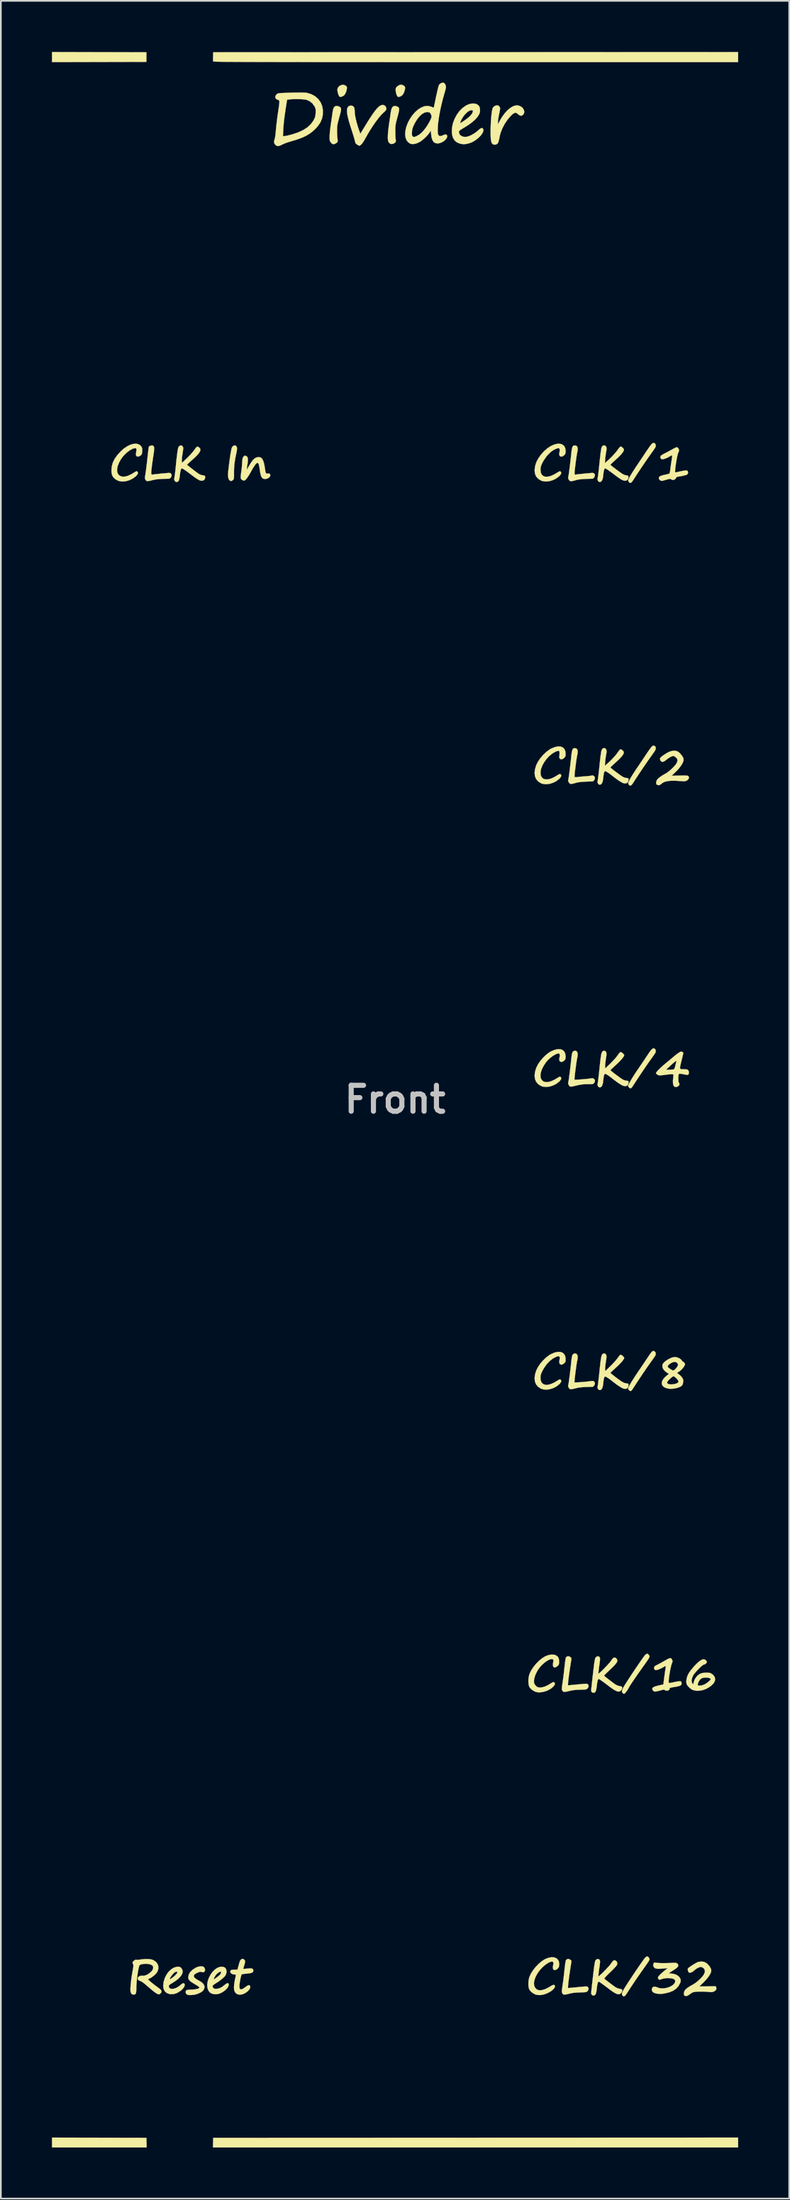
<source format=kicad_pcb>
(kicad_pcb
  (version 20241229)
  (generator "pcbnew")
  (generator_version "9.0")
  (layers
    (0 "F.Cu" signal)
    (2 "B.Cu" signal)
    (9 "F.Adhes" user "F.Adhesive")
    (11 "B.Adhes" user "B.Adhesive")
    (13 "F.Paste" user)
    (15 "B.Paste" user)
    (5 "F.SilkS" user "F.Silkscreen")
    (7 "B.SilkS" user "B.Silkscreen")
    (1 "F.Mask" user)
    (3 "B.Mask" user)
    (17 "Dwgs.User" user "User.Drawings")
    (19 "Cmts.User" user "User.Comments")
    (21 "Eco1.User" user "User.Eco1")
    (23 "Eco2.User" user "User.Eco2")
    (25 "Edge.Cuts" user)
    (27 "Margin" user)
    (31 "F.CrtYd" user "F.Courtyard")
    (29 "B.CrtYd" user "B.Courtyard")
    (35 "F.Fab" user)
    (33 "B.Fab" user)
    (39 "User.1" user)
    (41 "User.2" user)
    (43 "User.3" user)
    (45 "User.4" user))
  (footprint "Front"
    (layer "F.Cu")
    (at 20.156 61.53)
    (property "Reference" "Front" (at 0 0 0) (layer "Dwgs.User") (effects (font (size 1.524 1.524) (thickness 0.3))))
    (attr through_hole)
    (fp_poly (pts (xy -14.605 -61.51) (xy -14.605 -60.946) (xy -20.151 -60.932) (xy -20.151 -61.525) (xy -14.605 -61.51)) (stroke (width 0.01) (type solid)) (fill yes) (layer "F.SilkS"))
    (fp_poly (pts (xy 20.151 61.553) (xy -10.698 61.553) (xy -10.682 60.988) (xy 20.151 60.974) (xy 20.151 61.553)) (stroke (width 0.01) (type solid)) (fill yes) (layer "F.SilkS"))
    (fp_poly (pts (xy -17.378 60.981) (xy -14.605 60.987) (xy -14.589 61.553) (xy -20.151 61.553) (xy -20.151 61.263) (xy -20.151 60.974) (xy -17.378 60.981)) (stroke (width 0.01) (type solid)) (fill yes) (layer "F.SilkS"))
    (fp_poly (pts (xy 0.441 -59.587) (xy 0.521 -59.544) (xy 0.572 -59.496) (xy 0.59 -59.443) (xy 0.586 -59.367) (xy 0.557 -59.233) (xy 0.508 -59.107) (xy 0.444 -59.007) (xy 0.376 -58.948) (xy 0.275 -58.901) (xy 0.208 -58.884) (xy 0.162 -58.898) (xy 0.128 -58.937) (xy 0.086 -59.026) (xy 0.055 -59.141) (xy 0.036 -59.26) (xy 0.036 -59.361) (xy 0.044 -59.399) (xy 0.098 -59.481) (xy 0.187 -59.552) (xy 0.291 -59.597) (xy 0.353 -59.605) (xy 0.441 -59.587)) (stroke (width 0.01) (type solid)) (fill yes) (layer "F.SilkS"))
    (fp_poly (pts (xy -2.897 -59.547) (xy -2.893 -59.544) (xy -2.845 -59.5) (xy -2.827 -59.452) (xy -2.83 -59.379) (xy -2.833 -59.358) (xy -2.866 -59.211) (xy -2.92 -59.083) (xy -2.987 -58.988) (xy -3.038 -58.948) (xy -3.14 -58.901) (xy -3.208 -58.884) (xy -3.253 -58.898) (xy -3.285 -58.934) (xy -3.317 -58.998) (xy -3.35 -59.092) (xy -3.368 -59.154) (xy -3.39 -59.296) (xy -3.37 -59.406) (xy -3.304 -59.496) (xy -3.246 -59.542) (xy -3.126 -59.595) (xy -3.006 -59.597) (xy -2.897 -59.547)) (stroke (width 0.01) (type solid)) (fill yes) (layer "F.SilkS"))
    (fp_poly (pts (xy -9.381 -38.416) (xy -9.373 -38.412) (xy -9.316 -38.363) (xy -9.287 -38.285) (xy -9.286 -38.172) (xy -9.311 -38.018) (xy -9.318 -37.985) (xy -9.378 -37.7) (xy -9.42 -37.45) (xy -9.446 -37.219) (xy -9.459 -36.99) (xy -9.461 -36.823) (xy -9.46 -36.669) (xy -9.462 -36.56) (xy -9.467 -36.488) (xy -9.477 -36.442) (xy -9.494 -36.412) (xy -9.52 -36.388) (xy -9.531 -36.379) (xy -9.587 -36.338) (xy -9.627 -36.327) (xy -9.679 -36.342) (xy -9.699 -36.35) (xy -9.757 -36.404) (xy -9.795 -36.506) (xy -9.811 -36.655) (xy -9.805 -36.846) (xy -9.795 -36.943) (xy -9.766 -37.183) (xy -9.738 -37.409) (xy -9.711 -37.611) (xy -9.687 -37.783) (xy -9.666 -37.914) (xy -9.653 -37.987) (xy -9.633 -38.093) (xy -9.614 -38.198) (xy -9.61 -38.219) (xy -9.578 -38.309) (xy -9.519 -38.379) (xy -9.449 -38.418) (xy -9.381 -38.416)) (stroke (width 0.01) (type solid)) (fill yes) (layer "F.SilkS"))
    (fp_poly (pts (xy 20.151 -60.932) (xy 4.74 -60.932) (xy 3.601 -60.932) (xy 2.517 -60.932) (xy 1.487 -60.932) (xy 0.51 -60.932) (xy -0.416 -60.932) (xy -1.292 -60.933) (xy -2.119 -60.933) (xy -2.899 -60.933) (xy -3.633 -60.934) (xy -4.321 -60.934) (xy -4.966 -60.935) (xy -5.568 -60.935) (xy -6.13 -60.936) (xy -6.651 -60.937) (xy -7.134 -60.938) (xy -7.58 -60.938) (xy -7.989 -60.939) (xy -8.364 -60.941) (xy -8.705 -60.942) (xy -9.014 -60.943) (xy -9.293 -60.944) (xy -9.541 -60.946) (xy -9.761 -60.947) (xy -9.955 -60.949) (xy -10.122 -60.951) (xy -10.265 -60.953) (xy -10.384 -60.955) (xy -10.482 -60.957) (xy -10.559 -60.959) (xy -10.616 -60.962) (xy -10.655 -60.964) (xy -10.677 -60.967) (xy -10.684 -60.969) (xy -10.69 -61.013) (xy -10.692 -61.098) (xy -10.692 -61.209) (xy -10.69 -61.259) (xy -10.682 -61.51) (xy 20.151 -61.524) (xy 20.151 -60.932)) (stroke (width 0.01) (type solid)) (fill yes) (layer "F.SilkS"))
    (fp_poly (pts (xy 14.882 50.371) (xy 14.918 50.419) (xy 14.937 50.45) (xy 14.947 50.479) (xy 14.945 50.514) (xy 14.929 50.56) (xy 14.894 50.624) (xy 14.837 50.711) (xy 14.755 50.829) (xy 14.645 50.984) (xy 14.585 51.068) (xy 14.392 51.343) (xy 14.185 51.643) (xy 13.977 51.951) (xy 13.78 52.248) (xy 13.617 52.5) (xy 13.542 52.607) (xy 13.483 52.667) (xy 13.433 52.682) (xy 13.385 52.657) (xy 13.369 52.64) (xy 13.334 52.59) (xy 13.325 52.535) (xy 13.343 52.462) (xy 13.389 52.357) (xy 13.407 52.322) (xy 13.446 52.251) (xy 13.512 52.143) (xy 13.6 52.005) (xy 13.705 51.842) (xy 13.823 51.663) (xy 13.948 51.473) (xy 14.077 51.28) (xy 14.205 51.09) (xy 14.328 50.911) (xy 14.441 50.748) (xy 14.538 50.609) (xy 14.617 50.5) (xy 14.672 50.428) (xy 14.69 50.408) (xy 14.766 50.345) (xy 14.826 50.332) (xy 14.882 50.371)) (stroke (width 0.01) (type solid)) (fill yes) (layer "F.SilkS"))
    (fp_poly (pts (xy 15.238 -2.993) (xy 15.298 -2.932) (xy 15.317 -2.845) (xy 15.292 -2.747) (xy 15.281 -2.727) (xy 15.245 -2.671) (xy 15.184 -2.581) (xy 15.105 -2.47) (xy 15.018 -2.348) (xy 15.006 -2.332) (xy 14.916 -2.206) (xy 14.802 -2.043) (xy 14.673 -1.853) (xy 14.533 -1.648) (xy 14.392 -1.437) (xy 14.255 -1.231) (xy 14.131 -1.041) (xy 14.025 -0.878) (xy 13.989 -0.821) (xy 13.92 -0.72) (xy 13.866 -0.666) (xy 13.818 -0.656) (xy 13.767 -0.685) (xy 13.744 -0.706) (xy 13.703 -0.759) (xy 13.688 -0.797) (xy 13.705 -0.852) (xy 13.75 -0.947) (xy 13.821 -1.076) (xy 13.915 -1.233) (xy 14.027 -1.412) (xy 14.154 -1.607) (xy 14.269 -1.778) (xy 14.389 -1.953) (xy 14.514 -2.138) (xy 14.636 -2.319) (xy 14.745 -2.481) (xy 14.826 -2.604) (xy 14.934 -2.764) (xy 15.02 -2.879) (xy 15.089 -2.955) (xy 15.145 -2.996) (xy 15.194 -3.006) (xy 15.238 -2.993)) (stroke (width 0.01) (type solid)) (fill yes) (layer "F.SilkS"))
    (fp_poly (pts (xy 15.198 14.773) (xy 15.225 14.783) (xy 15.293 14.841) (xy 15.317 14.925) (xy 15.296 15.023) (xy 15.281 15.053) (xy 15.245 15.109) (xy 15.184 15.199) (xy 15.105 15.31) (xy 15.018 15.432) (xy 15.006 15.448) (xy 14.916 15.574) (xy 14.802 15.737) (xy 14.673 15.927) (xy 14.533 16.132) (xy 14.392 16.343) (xy 14.255 16.549) (xy 14.131 16.739) (xy 14.025 16.902) (xy 13.989 16.959) (xy 13.92 17.06) (xy 13.866 17.114) (xy 13.818 17.124) (xy 13.767 17.095) (xy 13.744 17.074) (xy 13.703 17.021) (xy 13.688 16.983) (xy 13.705 16.928) (xy 13.75 16.833) (xy 13.821 16.704) (xy 13.915 16.547) (xy 14.027 16.368) (xy 14.154 16.173) (xy 14.269 16.002) (xy 14.388 15.828) (xy 14.513 15.644) (xy 14.633 15.465) (xy 14.741 15.305) (xy 14.822 15.184) (xy 14.926 15.027) (xy 15.007 14.912) (xy 15.069 14.835) (xy 15.118 14.79) (xy 15.159 14.771) (xy 15.198 14.773)) (stroke (width 0.01) (type solid)) (fill yes) (layer "F.SilkS"))
    (fp_poly (pts (xy 15.253 -20.767) (xy 15.298 -20.714) (xy 15.316 -20.637) (xy 15.3 -20.547) (xy 15.281 -20.507) (xy 15.246 -20.453) (xy 15.185 -20.364) (xy 15.106 -20.251) (xy 15.016 -20.124) (xy 14.974 -20.066) (xy 14.862 -19.907) (xy 14.727 -19.713) (xy 14.579 -19.496) (xy 14.426 -19.268) (xy 14.276 -19.043) (xy 14.137 -18.832) (xy 14.019 -18.648) (xy 13.989 -18.601) (xy 13.913 -18.494) (xy 13.85 -18.44) (xy 13.795 -18.435) (xy 13.742 -18.479) (xy 13.726 -18.502) (xy 13.703 -18.541) (xy 13.696 -18.577) (xy 13.707 -18.625) (xy 13.739 -18.699) (xy 13.778 -18.777) (xy 13.826 -18.866) (xy 13.9 -18.989) (xy 13.991 -19.135) (xy 14.094 -19.294) (xy 14.195 -19.445) (xy 14.317 -19.625) (xy 14.451 -19.824) (xy 14.585 -20.024) (xy 14.708 -20.208) (xy 14.778 -20.313) (xy 14.87 -20.449) (xy 14.957 -20.571) (xy 15.032 -20.67) (xy 15.087 -20.736) (xy 15.112 -20.759) (xy 15.189 -20.786) (xy 15.253 -20.767)) (stroke (width 0.01) (type solid)) (fill yes) (layer "F.SilkS"))
    (fp_poly (pts (xy -3.308 -58.331) (xy -3.24 -58.298) (xy -3.196 -58.257) (xy -3.174 -58.199) (xy -3.174 -58.115) (xy -3.195 -57.997) (xy -3.236 -57.837) (xy -3.253 -57.778) (xy -3.295 -57.625) (xy -3.335 -57.474) (xy -3.367 -57.343) (xy -3.388 -57.248) (xy -3.388 -57.247) (xy -3.4 -57.139) (xy -3.406 -56.993) (xy -3.406 -56.826) (xy -3.401 -56.654) (xy -3.39 -56.496) (xy -3.374 -56.369) (xy -3.372 -56.36) (xy -3.367 -56.282) (xy -3.394 -56.226) (xy -3.421 -56.198) (xy -3.499 -56.146) (xy -3.577 -56.117) (xy -3.644 -56.113) (xy -3.699 -56.137) (xy -3.752 -56.185) (xy -3.818 -56.272) (xy -3.842 -56.37) (xy -3.842 -56.379) (xy -3.844 -56.54) (xy -3.837 -56.715) (xy -3.819 -56.915) (xy -3.79 -57.152) (xy -3.764 -57.333) (xy -3.738 -57.509) (xy -3.713 -57.681) (xy -3.691 -57.836) (xy -3.674 -57.957) (xy -3.667 -58.008) (xy -3.634 -58.172) (xy -3.583 -58.283) (xy -3.512 -58.344) (xy -3.418 -58.358) (xy -3.308 -58.331)) (stroke (width 0.01) (type solid)) (fill yes) (layer "F.SilkS"))
    (fp_poly (pts (xy 15.253 -38.547) (xy 15.298 -38.494) (xy 15.316 -38.417) (xy 15.3 -38.327) (xy 15.281 -38.287) (xy 15.246 -38.233) (xy 15.185 -38.144) (xy 15.106 -38.031) (xy 15.016 -37.904) (xy 14.975 -37.846) (xy 14.862 -37.687) (xy 14.728 -37.494) (xy 14.58 -37.277) (xy 14.427 -37.049) (xy 14.276 -36.823) (xy 14.137 -36.611) (xy 14.017 -36.425) (xy 13.989 -36.38) (xy 13.913 -36.274) (xy 13.85 -36.22) (xy 13.795 -36.215) (xy 13.742 -36.259) (xy 13.726 -36.281) (xy 13.703 -36.323) (xy 13.696 -36.361) (xy 13.71 -36.413) (xy 13.745 -36.494) (xy 13.761 -36.526) (xy 13.802 -36.603) (xy 13.869 -36.716) (xy 13.955 -36.855) (xy 14.054 -37.01) (xy 14.16 -37.17) (xy 14.177 -37.195) (xy 14.3 -37.378) (xy 14.434 -37.578) (xy 14.568 -37.778) (xy 14.69 -37.962) (xy 14.777 -38.093) (xy 14.87 -38.229) (xy 14.957 -38.351) (xy 15.031 -38.45) (xy 15.087 -38.516) (xy 15.112 -38.539) (xy 15.189 -38.566) (xy 15.253 -38.547)) (stroke (width 0.01) (type solid)) (fill yes) (layer "F.SilkS"))
    (fp_poly (pts (xy 0.092 -58.336) (xy 0.107 -58.331) (xy 0.169 -58.302) (xy 0.212 -58.267) (xy 0.236 -58.218) (xy 0.24 -58.146) (xy 0.227 -58.045) (xy 0.196 -57.906) (xy 0.147 -57.722) (xy 0.14 -57.696) (xy 0.093 -57.525) (xy 0.06 -57.394) (xy 0.038 -57.286) (xy 0.025 -57.186) (xy 0.018 -57.081) (xy 0.016 -56.953) (xy 0.016 -56.868) (xy 0.018 -56.716) (xy 0.022 -56.574) (xy 0.029 -56.457) (xy 0.038 -56.38) (xy 0.039 -56.374) (xy 0.049 -56.295) (xy 0.035 -56.244) (xy -0.006 -56.198) (xy -0.103 -56.135) (xy -0.206 -56.117) (xy -0.298 -56.145) (xy -0.305 -56.149) (xy -0.366 -56.213) (xy -0.4 -56.271) (xy -0.419 -56.363) (xy -0.426 -56.505) (xy -0.42 -56.689) (xy -0.401 -56.911) (xy -0.371 -57.164) (xy -0.351 -57.305) (xy -0.325 -57.48) (xy -0.299 -57.651) (xy -0.277 -57.804) (xy -0.26 -57.925) (xy -0.253 -57.975) (xy -0.22 -58.147) (xy -0.171 -58.266) (xy -0.105 -58.335) (xy -0.018 -58.358) (xy 0.092 -58.336)) (stroke (width 0.01) (type solid)) (fill yes) (layer "F.SilkS"))
    (fp_poly (pts (xy 14.882 32.591) (xy 14.918 32.639) (xy 14.937 32.67) (xy 14.947 32.699) (xy 14.945 32.734) (xy 14.929 32.78) (xy 14.894 32.843) (xy 14.837 32.931) (xy 14.756 33.049) (xy 14.646 33.204) (xy 14.586 33.288) (xy 14.403 33.546) (xy 14.236 33.785) (xy 14.087 33.999) (xy 13.96 34.186) (xy 13.858 34.34) (xy 13.783 34.458) (xy 13.738 34.536) (xy 13.734 34.545) (xy 13.683 34.637) (xy 13.62 34.732) (xy 13.555 34.817) (xy 13.497 34.881) (xy 13.456 34.91) (xy 13.452 34.911) (xy 13.405 34.892) (xy 13.368 34.859) (xy 13.334 34.81) (xy 13.325 34.754) (xy 13.343 34.68) (xy 13.39 34.575) (xy 13.407 34.542) (xy 13.446 34.471) (xy 13.512 34.363) (xy 13.6 34.225) (xy 13.705 34.062) (xy 13.823 33.883) (xy 13.948 33.693) (xy 14.077 33.5) (xy 14.205 33.31) (xy 14.328 33.131) (xy 14.441 32.968) (xy 14.538 32.829) (xy 14.617 32.72) (xy 14.672 32.648) (xy 14.69 32.628) (xy 14.766 32.565) (xy 14.826 32.552) (xy 14.882 32.591)) (stroke (width 0.01) (type solid)) (fill yes) (layer "F.SilkS"))
    (fp_poly (pts (xy -14.232 -38.408) (xy -14.189 -38.381) (xy -14.162 -38.334) (xy -14.15 -38.259) (xy -14.153 -38.149) (xy -14.17 -37.997) (xy -14.192 -37.849) (xy -14.241 -37.527) (xy -14.279 -37.26) (xy -14.304 -37.046) (xy -14.319 -36.886) (xy -14.322 -36.779) (xy -14.313 -36.723) (xy -14.307 -36.716) (xy -14.256 -36.703) (xy -14.241 -36.706) (xy -14.204 -36.712) (xy -14.124 -36.722) (xy -14.009 -36.735) (xy -13.874 -36.749) (xy -13.728 -36.764) (xy -13.583 -36.778) (xy -13.451 -36.79) (xy -13.343 -36.799) (xy -13.271 -36.804) (xy -13.255 -36.805) (xy -13.178 -36.781) (xy -13.132 -36.716) (xy -13.123 -36.657) (xy -13.142 -36.581) (xy -13.188 -36.512) (xy -13.246 -36.468) (xy -13.271 -36.463) (xy -13.519 -36.457) (xy -13.721 -36.45) (xy -13.885 -36.438) (xy -14.023 -36.423) (xy -14.145 -36.402) (xy -14.259 -36.375) (xy -14.269 -36.373) (xy -14.422 -36.336) (xy -14.531 -36.321) (xy -14.587 -36.326) (xy -14.646 -36.374) (xy -14.686 -36.454) (xy -14.696 -36.543) (xy -14.692 -36.563) (xy -14.677 -36.638) (xy -14.658 -36.76) (xy -14.635 -36.922) (xy -14.61 -37.114) (xy -14.584 -37.329) (xy -14.558 -37.557) (xy -14.535 -37.761) (xy -14.517 -37.93) (xy -14.499 -38.082) (xy -14.483 -38.206) (xy -14.47 -38.293) (xy -14.462 -38.334) (xy -14.418 -38.381) (xy -14.343 -38.411) (xy -14.261 -38.415) (xy -14.232 -38.408)) (stroke (width 0.01) (type solid)) (fill yes) (layer "F.SilkS"))
    (fp_poly (pts (xy -11.309 50.922) (xy -11.236 50.953) (xy -11.226 50.962) (xy -11.174 51.049) (xy -11.16 51.134) (xy -11.18 51.206) (xy -11.229 51.253) (xy -11.301 51.265) (xy -11.355 51.248) (xy -11.413 51.233) (xy -11.482 51.242) (xy -11.556 51.267) (xy -11.701 51.334) (xy -11.791 51.403) (xy -11.824 51.476) (xy -11.802 51.552) (xy -11.723 51.633) (xy -11.589 51.719) (xy -11.509 51.76) (xy -11.357 51.852) (xy -11.253 51.957) (xy -11.198 52.069) (xy -11.191 52.126) (xy -11.218 52.253) (xy -11.297 52.363) (xy -11.429 52.457) (xy -11.615 52.535) (xy -11.717 52.566) (xy -11.836 52.589) (xy -11.966 52.601) (xy -12.087 52.602) (xy -12.178 52.591) (xy -12.192 52.587) (xy -12.26 52.539) (xy -12.297 52.466) (xy -12.3 52.388) (xy -12.262 52.323) (xy -12.261 52.322) (xy -12.205 52.302) (xy -12.099 52.288) (xy -11.957 52.281) (xy -11.802 52.272) (xy -11.67 52.252) (xy -11.568 52.223) (xy -11.507 52.187) (xy -11.493 52.148) (xy -11.521 52.119) (xy -11.587 52.071) (xy -11.681 52.012) (xy -11.749 51.971) (xy -11.904 51.878) (xy -12.015 51.801) (xy -12.087 51.733) (xy -12.129 51.667) (xy -12.146 51.596) (xy -12.147 51.552) (xy -12.116 51.395) (xy -12.032 51.249) (xy -11.898 51.117) (xy -11.716 51.001) (xy -11.65 50.969) (xy -11.533 50.93) (xy -11.413 50.914) (xy -11.309 50.922)) (stroke (width 0.01) (type solid)) (fill yes) (layer "F.SilkS"))
    (fp_poly (pts (xy 10.222 32.705) (xy 10.289 32.746) (xy 10.366 32.813) (xy 10.305 33.206) (xy 10.27 33.435) (xy 10.238 33.656) (xy 10.21 33.86) (xy 10.187 34.04) (xy 10.171 34.185) (xy 10.162 34.289) (xy 10.16 34.327) (xy 10.16 34.41) (xy 10.393 34.389) (xy 10.535 34.376) (xy 10.702 34.36) (xy 10.862 34.345) (xy 10.894 34.342) (xy 11.052 34.327) (xy 11.163 34.319) (xy 11.237 34.317) (xy 11.284 34.324) (xy 11.314 34.338) (xy 11.335 34.361) (xy 11.337 34.363) (xy 11.371 34.444) (xy 11.352 34.527) (xy 11.31 34.585) (xy 11.283 34.614) (xy 11.252 34.635) (xy 11.209 34.648) (xy 11.143 34.657) (xy 11.043 34.663) (xy 10.9 34.667) (xy 10.851 34.669) (xy 10.622 34.679) (xy 10.44 34.698) (xy 10.309 34.723) (xy 10.301 34.726) (xy 10.185 34.756) (xy 10.066 34.781) (xy 10.015 34.789) (xy 9.932 34.795) (xy 9.883 34.784) (xy 9.847 34.749) (xy 9.834 34.73) (xy 9.816 34.7) (xy 9.804 34.67) (xy 9.798 34.63) (xy 9.799 34.573) (xy 9.807 34.491) (xy 9.822 34.374) (xy 9.845 34.215) (xy 9.863 34.092) (xy 9.881 33.961) (xy 9.903 33.79) (xy 9.925 33.598) (xy 9.947 33.402) (xy 9.959 33.293) (xy 9.984 33.074) (xy 10.007 32.911) (xy 10.029 32.804) (xy 10.049 32.754) (xy 10.05 32.753) (xy 10.135 32.701) (xy 10.222 32.705)) (stroke (width 0.01) (type solid)) (fill yes) (layer "F.SilkS"))
    (fp_poly (pts (xy 10.222 50.485) (xy 10.289 50.526) (xy 10.366 50.593) (xy 10.305 50.986) (xy 10.27 51.215) (xy 10.238 51.436) (xy 10.21 51.64) (xy 10.187 51.82) (xy 10.171 51.965) (xy 10.162 52.069) (xy 10.16 52.107) (xy 10.16 52.19) (xy 10.393 52.169) (xy 10.535 52.156) (xy 10.702 52.14) (xy 10.862 52.125) (xy 10.894 52.122) (xy 11.052 52.107) (xy 11.163 52.099) (xy 11.237 52.097) (xy 11.284 52.104) (xy 11.314 52.118) (xy 11.335 52.141) (xy 11.337 52.143) (xy 11.371 52.225) (xy 11.351 52.307) (xy 11.31 52.365) (xy 11.282 52.393) (xy 11.252 52.413) (xy 11.208 52.427) (xy 11.14 52.436) (xy 11.039 52.442) (xy 10.894 52.446) (xy 10.851 52.448) (xy 10.62 52.459) (xy 10.437 52.477) (xy 10.307 52.504) (xy 10.301 52.505) (xy 10.185 52.536) (xy 10.066 52.561) (xy 10.015 52.569) (xy 9.932 52.575) (xy 9.883 52.564) (xy 9.847 52.529) (xy 9.834 52.51) (xy 9.816 52.48) (xy 9.804 52.45) (xy 9.798 52.41) (xy 9.799 52.353) (xy 9.807 52.271) (xy 9.822 52.154) (xy 9.845 51.995) (xy 9.863 51.872) (xy 9.881 51.741) (xy 9.903 51.57) (xy 9.925 51.378) (xy 9.947 51.182) (xy 9.959 51.073) (xy 9.984 50.854) (xy 10.007 50.691) (xy 10.029 50.584) (xy 10.049 50.534) (xy 10.05 50.533) (xy 10.135 50.481) (xy 10.222 50.485)) (stroke (width 0.01) (type solid)) (fill yes) (layer "F.SilkS"))
    (fp_poly (pts (xy 9.721 14.829) (xy 9.847 14.877) (xy 9.941 14.965) (xy 10 15.093) (xy 10.019 15.25) (xy 10.016 15.348) (xy 10.001 15.412) (xy 9.966 15.462) (xy 9.931 15.497) (xy 9.836 15.561) (xy 9.751 15.574) (xy 9.685 15.542) (xy 9.648 15.469) (xy 9.648 15.36) (xy 9.653 15.339) (xy 9.676 15.208) (xy 9.672 15.124) (xy 9.637 15.083) (xy 9.568 15.081) (xy 9.467 15.112) (xy 9.273 15.213) (xy 9.084 15.362) (xy 8.907 15.551) (xy 8.749 15.773) (xy 8.641 15.97) (xy 8.585 16.098) (xy 8.554 16.202) (xy 8.542 16.307) (xy 8.541 16.351) (xy 8.56 16.512) (xy 8.616 16.634) (xy 8.706 16.716) (xy 8.828 16.758) (xy 8.976 16.758) (xy 9.149 16.715) (xy 9.341 16.63) (xy 9.494 16.54) (xy 9.592 16.479) (xy 9.656 16.447) (xy 9.697 16.441) (xy 9.723 16.454) (xy 9.763 16.517) (xy 9.749 16.595) (xy 9.682 16.689) (xy 9.636 16.735) (xy 9.463 16.866) (xy 9.269 16.962) (xy 9.067 17.023) (xy 8.868 17.044) (xy 8.681 17.023) (xy 8.565 16.982) (xy 8.404 16.877) (xy 8.288 16.741) (xy 8.218 16.575) (xy 8.196 16.381) (xy 8.22 16.163) (xy 8.29 15.929) (xy 8.389 15.727) (xy 8.528 15.521) (xy 8.697 15.323) (xy 8.883 15.146) (xy 9.074 15.004) (xy 9.182 14.943) (xy 9.385 14.861) (xy 9.565 14.823) (xy 9.721 14.829)) (stroke (width 0.01) (type solid)) (fill yes) (layer "F.SilkS"))
    (fp_poly (pts (xy -0.623 -58.394) (xy -0.553 -58.328) (xy -0.513 -58.237) (xy -0.508 -58.192) (xy -0.519 -58.141) (xy -0.556 -58.084) (xy -0.627 -58.011) (xy -0.681 -57.963) (xy -0.809 -57.837) (xy -0.954 -57.666) (xy -1.113 -57.458) (xy -1.279 -57.222) (xy -1.447 -56.963) (xy -1.612 -56.689) (xy -1.769 -56.409) (xy -1.785 -56.38) (xy -1.857 -56.258) (xy -1.934 -56.152) (xy -2.008 -56.072) (xy -2.069 -56.027) (xy -2.092 -56.021) (xy -2.138 -56.036) (xy -2.208 -56.074) (xy -2.237 -56.093) (xy -2.313 -56.158) (xy -2.342 -56.222) (xy -2.342 -56.236) (xy -2.351 -56.282) (xy -2.375 -56.374) (xy -2.412 -56.502) (xy -2.459 -56.656) (xy -2.514 -56.83) (xy -2.54 -56.91) (xy -2.637 -57.213) (xy -2.713 -57.469) (xy -2.768 -57.683) (xy -2.805 -57.86) (xy -2.823 -58.003) (xy -2.824 -58.119) (xy -2.808 -58.212) (xy -2.79 -58.262) (xy -2.73 -58.336) (xy -2.644 -58.374) (xy -2.549 -58.377) (xy -2.463 -58.342) (xy -2.406 -58.277) (xy -2.387 -58.21) (xy -2.374 -58.114) (xy -2.371 -58.045) (xy -2.358 -57.863) (xy -2.319 -57.641) (xy -2.258 -57.388) (xy -2.177 -57.113) (xy -2.095 -56.873) (xy -2.04 -56.724) (xy -1.75 -57.198) (xy -1.571 -57.487) (xy -1.415 -57.73) (xy -1.28 -57.929) (xy -1.162 -58.089) (xy -1.058 -58.214) (xy -0.966 -58.305) (xy -0.882 -58.368) (xy -0.805 -58.405) (xy -0.729 -58.419) (xy -0.709 -58.42) (xy -0.623 -58.394)) (stroke (width 0.01) (type solid)) (fill yes) (layer "F.SilkS"))
    (fp_poly (pts (xy 9.721 -20.731) (xy 9.847 -20.683) (xy 9.941 -20.595) (xy 10 -20.468) (xy 10.019 -20.311) (xy 10.015 -20.211) (xy 9.999 -20.146) (xy 9.963 -20.092) (xy 9.936 -20.064) (xy 9.85 -20.001) (xy 9.767 -19.98) (xy 9.699 -19.998) (xy 9.656 -20.054) (xy 9.649 -20.128) (xy 9.66 -20.273) (xy 9.662 -20.372) (xy 9.656 -20.433) (xy 9.639 -20.465) (xy 9.611 -20.478) (xy 9.61 -20.478) (xy 9.553 -20.472) (xy 9.469 -20.445) (xy 9.412 -20.422) (xy 9.229 -20.314) (xy 9.053 -20.168) (xy 8.893 -19.994) (xy 8.754 -19.801) (xy 8.644 -19.601) (xy 8.571 -19.403) (xy 8.543 -19.217) (xy 8.543 -19.213) (xy 8.56 -19.051) (xy 8.614 -18.928) (xy 8.704 -18.845) (xy 8.824 -18.803) (xy 8.971 -18.802) (xy 9.143 -18.842) (xy 9.334 -18.926) (xy 9.494 -19.02) (xy 9.592 -19.081) (xy 9.656 -19.113) (xy 9.697 -19.119) (xy 9.723 -19.106) (xy 9.763 -19.043) (xy 9.749 -18.965) (xy 9.682 -18.871) (xy 9.636 -18.825) (xy 9.463 -18.694) (xy 9.269 -18.598) (xy 9.067 -18.537) (xy 8.868 -18.516) (xy 8.681 -18.537) (xy 8.565 -18.578) (xy 8.404 -18.683) (xy 8.288 -18.819) (xy 8.218 -18.985) (xy 8.196 -19.179) (xy 8.22 -19.397) (xy 8.29 -19.631) (xy 8.389 -19.833) (xy 8.528 -20.039) (xy 8.697 -20.237) (xy 8.883 -20.414) (xy 9.074 -20.556) (xy 9.182 -20.617) (xy 9.385 -20.699) (xy 9.565 -20.737) (xy 9.721 -20.731)) (stroke (width 0.01) (type solid)) (fill yes) (layer "F.SilkS"))
    (fp_poly (pts (xy 9.721 -2.951) (xy 9.847 -2.903) (xy 9.941 -2.815) (xy 10 -2.688) (xy 10.019 -2.531) (xy 10.015 -2.431) (xy 9.999 -2.366) (xy 9.963 -2.312) (xy 9.936 -2.284) (xy 9.847 -2.221) (xy 9.762 -2.205) (xy 9.693 -2.231) (xy 9.65 -2.294) (xy 9.644 -2.388) (xy 9.652 -2.428) (xy 9.677 -2.548) (xy 9.675 -2.639) (xy 9.648 -2.693) (xy 9.637 -2.7) (xy 9.562 -2.702) (xy 9.46 -2.667) (xy 9.339 -2.603) (xy 9.209 -2.516) (xy 9.079 -2.411) (xy 8.96 -2.295) (xy 8.873 -2.193) (xy 8.733 -1.985) (xy 8.63 -1.785) (xy 8.566 -1.597) (xy 8.54 -1.427) (xy 8.553 -1.279) (xy 8.607 -1.158) (xy 8.701 -1.069) (xy 8.723 -1.057) (xy 8.854 -1.02) (xy 9.012 -1.029) (xy 9.192 -1.081) (xy 9.389 -1.176) (xy 9.494 -1.24) (xy 9.592 -1.301) (xy 9.656 -1.333) (xy 9.697 -1.339) (xy 9.723 -1.326) (xy 9.763 -1.263) (xy 9.749 -1.185) (xy 9.682 -1.091) (xy 9.636 -1.045) (xy 9.463 -0.914) (xy 9.269 -0.818) (xy 9.067 -0.757) (xy 8.868 -0.736) (xy 8.681 -0.757) (xy 8.565 -0.798) (xy 8.404 -0.903) (xy 8.288 -1.039) (xy 8.218 -1.205) (xy 8.196 -1.399) (xy 8.22 -1.617) (xy 8.29 -1.851) (xy 8.389 -2.053) (xy 8.528 -2.259) (xy 8.697 -2.457) (xy 8.883 -2.634) (xy 9.074 -2.776) (xy 9.182 -2.837) (xy 9.385 -2.919) (xy 9.565 -2.957) (xy 9.721 -2.951)) (stroke (width 0.01) (type solid)) (fill yes) (layer "F.SilkS"))
    (fp_poly (pts (xy 10.656 -38.395) (xy 10.711 -38.328) (xy 10.731 -38.22) (xy 10.716 -38.071) (xy 10.698 -37.99) (xy 10.686 -37.931) (xy 10.669 -37.827) (xy 10.648 -37.687) (xy 10.625 -37.522) (xy 10.601 -37.342) (xy 10.598 -37.312) (xy 10.572 -37.106) (xy 10.555 -36.949) (xy 10.546 -36.836) (xy 10.547 -36.76) (xy 10.557 -36.717) (xy 10.577 -36.699) (xy 10.607 -36.7) (xy 10.623 -36.706) (xy 10.659 -36.712) (xy 10.74 -36.722) (xy 10.854 -36.735) (xy 10.99 -36.749) (xy 11.136 -36.764) (xy 11.281 -36.778) (xy 11.413 -36.79) (xy 11.521 -36.799) (xy 11.592 -36.804) (xy 11.609 -36.805) (xy 11.686 -36.781) (xy 11.732 -36.716) (xy 11.74 -36.657) (xy 11.722 -36.581) (xy 11.676 -36.512) (xy 11.618 -36.468) (xy 11.592 -36.463) (xy 11.314 -36.455) (xy 11.076 -36.443) (xy 10.881 -36.427) (xy 10.736 -36.406) (xy 10.682 -36.394) (xy 10.575 -36.365) (xy 10.478 -36.339) (xy 10.427 -36.325) (xy 10.346 -36.315) (xy 10.283 -36.324) (xy 10.237 -36.361) (xy 10.195 -36.423) (xy 10.168 -36.49) (xy 10.169 -36.539) (xy 10.169 -36.54) (xy 10.179 -36.578) (xy 10.194 -36.663) (xy 10.213 -36.788) (xy 10.234 -36.945) (xy 10.258 -37.124) (xy 10.282 -37.318) (xy 10.305 -37.518) (xy 10.328 -37.717) (xy 10.344 -37.874) (xy 10.365 -38.064) (xy 10.386 -38.204) (xy 10.411 -38.302) (xy 10.441 -38.365) (xy 10.48 -38.401) (xy 10.532 -38.416) (xy 10.569 -38.417) (xy 10.656 -38.395)) (stroke (width 0.01) (type solid)) (fill yes) (layer "F.SilkS"))
    (fp_poly (pts (xy 10.656 -20.615) (xy 10.711 -20.548) (xy 10.731 -20.44) (xy 10.716 -20.291) (xy 10.698 -20.21) (xy 10.686 -20.151) (xy 10.669 -20.047) (xy 10.648 -19.907) (xy 10.625 -19.742) (xy 10.601 -19.562) (xy 10.598 -19.532) (xy 10.571 -19.318) (xy 10.554 -19.156) (xy 10.545 -19.041) (xy 10.545 -18.97) (xy 10.553 -18.939) (xy 10.555 -18.937) (xy 10.6 -18.93) (xy 10.677 -18.934) (xy 10.724 -18.94) (xy 10.811 -18.951) (xy 10.936 -18.963) (xy 11.078 -18.975) (xy 11.167 -18.981) (xy 11.299 -18.992) (xy 11.417 -19.005) (xy 11.504 -19.018) (xy 11.54 -19.026) (xy 11.624 -19.032) (xy 11.694 -18.993) (xy 11.736 -18.92) (xy 11.74 -18.88) (xy 11.722 -18.803) (xy 11.676 -18.732) (xy 11.618 -18.688) (xy 11.592 -18.683) (xy 11.314 -18.675) (xy 11.076 -18.663) (xy 10.881 -18.647) (xy 10.736 -18.626) (xy 10.682 -18.614) (xy 10.575 -18.585) (xy 10.478 -18.559) (xy 10.427 -18.545) (xy 10.346 -18.535) (xy 10.283 -18.544) (xy 10.237 -18.581) (xy 10.195 -18.643) (xy 10.168 -18.71) (xy 10.169 -18.759) (xy 10.169 -18.76) (xy 10.179 -18.798) (xy 10.194 -18.883) (xy 10.213 -19.008) (xy 10.234 -19.165) (xy 10.258 -19.344) (xy 10.282 -19.538) (xy 10.305 -19.738) (xy 10.328 -19.937) (xy 10.344 -20.094) (xy 10.365 -20.284) (xy 10.386 -20.424) (xy 10.411 -20.522) (xy 10.441 -20.585) (xy 10.48 -20.621) (xy 10.532 -20.636) (xy 10.569 -20.637) (xy 10.656 -20.615)) (stroke (width 0.01) (type solid)) (fill yes) (layer "F.SilkS"))
    (fp_poly (pts (xy 10.619 -2.857) (xy 10.669 -2.827) (xy 10.717 -2.753) (xy 10.731 -2.636) (xy 10.71 -2.481) (xy 10.698 -2.43) (xy 10.685 -2.367) (xy 10.668 -2.264) (xy 10.649 -2.132) (xy 10.628 -1.979) (xy 10.606 -1.816) (xy 10.585 -1.652) (xy 10.567 -1.498) (xy 10.552 -1.362) (xy 10.542 -1.255) (xy 10.537 -1.186) (xy 10.538 -1.165) (xy 10.571 -1.161) (xy 10.648 -1.162) (xy 10.759 -1.168) (xy 10.893 -1.177) (xy 11.037 -1.188) (xy 11.181 -1.201) (xy 11.313 -1.214) (xy 11.423 -1.227) (xy 11.498 -1.239) (xy 11.514 -1.243) (xy 11.614 -1.247) (xy 11.69 -1.211) (xy 11.736 -1.147) (xy 11.743 -1.066) (xy 11.704 -0.982) (xy 11.684 -0.96) (xy 11.656 -0.933) (xy 11.629 -0.916) (xy 11.589 -0.905) (xy 11.528 -0.9) (xy 11.434 -0.899) (xy 11.295 -0.901) (xy 11.275 -0.901) (xy 11.088 -0.895) (xy 10.886 -0.869) (xy 10.654 -0.822) (xy 10.441 -0.769) (xy 10.358 -0.757) (xy 10.288 -0.762) (xy 10.283 -0.764) (xy 10.237 -0.801) (xy 10.195 -0.863) (xy 10.168 -0.93) (xy 10.169 -0.979) (xy 10.169 -0.98) (xy 10.179 -1.018) (xy 10.194 -1.103) (xy 10.213 -1.228) (xy 10.234 -1.385) (xy 10.258 -1.564) (xy 10.282 -1.758) (xy 10.305 -1.958) (xy 10.328 -2.157) (xy 10.344 -2.314) (xy 10.364 -2.496) (xy 10.383 -2.63) (xy 10.404 -2.724) (xy 10.43 -2.786) (xy 10.465 -2.826) (xy 10.511 -2.851) (xy 10.544 -2.862) (xy 10.619 -2.857)) (stroke (width 0.01) (type solid)) (fill yes) (layer "F.SilkS"))
    (fp_poly (pts (xy 10.619 14.923) (xy 10.669 14.953) (xy 10.717 15.027) (xy 10.731 15.144) (xy 10.71 15.299) (xy 10.698 15.35) (xy 10.685 15.413) (xy 10.668 15.516) (xy 10.649 15.648) (xy 10.628 15.801) (xy 10.606 15.964) (xy 10.585 16.128) (xy 10.567 16.282) (xy 10.552 16.418) (xy 10.542 16.525) (xy 10.537 16.594) (xy 10.538 16.615) (xy 10.571 16.619) (xy 10.648 16.618) (xy 10.759 16.612) (xy 10.893 16.603) (xy 11.037 16.592) (xy 11.181 16.579) (xy 11.313 16.566) (xy 11.423 16.553) (xy 11.498 16.541) (xy 11.514 16.537) (xy 11.618 16.53) (xy 11.695 16.566) (xy 11.736 16.638) (xy 11.74 16.68) (xy 11.722 16.757) (xy 11.676 16.828) (xy 11.618 16.872) (xy 11.592 16.878) (xy 11.358 16.883) (xy 11.171 16.889) (xy 11.022 16.897) (xy 10.9 16.908) (xy 10.797 16.922) (xy 10.702 16.94) (xy 10.606 16.964) (xy 10.595 16.967) (xy 10.462 16.999) (xy 10.356 17.017) (xy 10.29 17.018) (xy 10.282 17.016) (xy 10.236 16.979) (xy 10.194 16.916) (xy 10.168 16.849) (xy 10.169 16.801) (xy 10.169 16.8) (xy 10.179 16.762) (xy 10.194 16.677) (xy 10.213 16.552) (xy 10.234 16.395) (xy 10.258 16.216) (xy 10.282 16.022) (xy 10.305 15.822) (xy 10.328 15.623) (xy 10.344 15.466) (xy 10.364 15.284) (xy 10.383 15.15) (xy 10.404 15.056) (xy 10.43 14.994) (xy 10.465 14.954) (xy 10.511 14.929) (xy 10.544 14.918) (xy 10.619 14.923)) (stroke (width 0.01) (type solid)) (fill yes) (layer "F.SilkS"))
    (fp_poly (pts (xy -12.662 50.944) (xy -12.597 50.979) (xy -12.553 51.023) (xy -12.488 51.133) (xy -12.476 51.253) (xy -12.517 51.383) (xy -12.608 51.519) (xy -12.75 51.66) (xy -12.939 51.803) (xy -13.099 51.903) (xy -13.201 51.966) (xy -13.261 52.014) (xy -13.288 52.056) (xy -13.293 52.083) (xy -13.271 52.167) (xy -13.211 52.219) (xy -13.122 52.241) (xy -13.01 52.232) (xy -12.885 52.194) (xy -12.755 52.128) (xy -12.628 52.034) (xy -12.607 52.016) (xy -12.512 51.938) (xy -12.443 51.906) (xy -12.393 51.917) (xy -12.362 51.957) (xy -12.353 52.029) (xy -12.387 52.121) (xy -12.457 52.221) (xy -12.558 52.321) (xy -12.594 52.349) (xy -12.791 52.473) (xy -12.98 52.54) (xy -13.166 52.553) (xy -13.274 52.535) (xy -13.423 52.473) (xy -13.531 52.374) (xy -13.596 52.237) (xy -13.619 52.065) (xy -13.599 51.856) (xy -13.592 51.821) (xy -13.541 51.653) (xy -13.236 51.653) (xy -13.217 51.662) (xy -13.166 51.64) (xy -13.093 51.593) (xy -13.008 51.528) (xy -12.924 51.453) (xy -12.853 51.378) (xy -12.803 51.313) (xy -12.785 51.271) (xy -12.804 51.231) (xy -12.855 51.228) (xy -12.927 51.258) (xy -12.985 51.3) (xy -13.043 51.359) (xy -13.109 51.439) (xy -13.17 51.524) (xy -13.216 51.6) (xy -13.236 51.65) (xy -13.236 51.653) (xy -13.541 51.653) (xy -13.526 51.602) (xy -13.426 51.403) (xy -13.3 51.23) (xy -13.153 51.092) (xy -12.992 50.993) (xy -12.823 50.942) (xy -12.75 50.936) (xy -12.662 50.944)) (stroke (width 0.01) (type solid)) (fill yes) (layer "F.SilkS"))
    (fp_poly (pts (xy 9.744 -38.503) (xy 9.859 -38.452) (xy 9.946 -38.365) (xy 10.001 -38.241) (xy 10.019 -38.091) (xy 10.015 -37.991) (xy 9.999 -37.926) (xy 9.963 -37.872) (xy 9.936 -37.844) (xy 9.842 -37.775) (xy 9.757 -37.757) (xy 9.689 -37.783) (xy 9.649 -37.85) (xy 9.645 -37.952) (xy 9.655 -38) (xy 9.676 -38.119) (xy 9.667 -38.206) (xy 9.628 -38.253) (xy 9.61 -38.258) (xy 9.538 -38.249) (xy 9.437 -38.212) (xy 9.322 -38.153) (xy 9.208 -38.08) (xy 9.144 -38.031) (xy 8.924 -37.811) (xy 8.737 -37.547) (xy 8.66 -37.405) (xy 8.601 -37.28) (xy 8.566 -37.182) (xy 8.548 -37.092) (xy 8.543 -36.996) (xy 8.559 -36.832) (xy 8.613 -36.708) (xy 8.702 -36.624) (xy 8.821 -36.581) (xy 8.968 -36.58) (xy 9.14 -36.621) (xy 9.333 -36.706) (xy 9.499 -36.803) (xy 9.596 -36.863) (xy 9.658 -36.894) (xy 9.698 -36.899) (xy 9.723 -36.886) (xy 9.763 -36.823) (xy 9.749 -36.745) (xy 9.682 -36.651) (xy 9.636 -36.605) (xy 9.463 -36.474) (xy 9.269 -36.378) (xy 9.067 -36.317) (xy 8.868 -36.296) (xy 8.681 -36.317) (xy 8.565 -36.358) (xy 8.402 -36.463) (xy 8.285 -36.598) (xy 8.217 -36.763) (xy 8.196 -36.958) (xy 8.223 -37.183) (xy 8.26 -37.324) (xy 8.326 -37.494) (xy 8.421 -37.665) (xy 8.554 -37.851) (xy 8.597 -37.905) (xy 8.764 -38.088) (xy 8.937 -38.24) (xy 9.114 -38.36) (xy 9.288 -38.446) (xy 9.454 -38.5) (xy 9.608 -38.519) (xy 9.744 -38.503)) (stroke (width 0.01) (type solid)) (fill yes) (layer "F.SilkS"))
    (fp_poly (pts (xy -15.088 -38.495) (xy -14.97 -38.428) (xy -14.896 -38.342) (xy -14.864 -38.275) (xy -14.851 -38.194) (xy -14.852 -38.08) (xy -14.852 -38.075) (xy -14.861 -37.972) (xy -14.877 -37.907) (xy -14.908 -37.861) (xy -14.945 -37.828) (xy -15.022 -37.783) (xy -15.098 -37.762) (xy -15.105 -37.761) (xy -15.177 -37.778) (xy -15.215 -37.831) (xy -15.223 -37.924) (xy -15.208 -38.025) (xy -15.189 -38.143) (xy -15.193 -38.215) (xy -15.221 -38.25) (xy -15.279 -38.256) (xy -15.296 -38.255) (xy -15.423 -38.217) (xy -15.568 -38.139) (xy -15.72 -38.028) (xy -15.868 -37.894) (xy -16.003 -37.744) (xy -16.096 -37.615) (xy -16.214 -37.404) (xy -16.292 -37.207) (xy -16.328 -37.029) (xy -16.323 -36.873) (xy -16.277 -36.744) (xy -16.188 -36.648) (xy -16.166 -36.633) (xy -16.034 -36.585) (xy -15.876 -36.585) (xy -15.695 -36.632) (xy -15.494 -36.725) (xy -15.37 -36.8) (xy -15.272 -36.861) (xy -15.208 -36.893) (xy -15.167 -36.899) (xy -15.141 -36.886) (xy -15.101 -36.823) (xy -15.115 -36.745) (xy -15.182 -36.651) (xy -15.228 -36.605) (xy -15.396 -36.479) (xy -15.584 -36.383) (xy -15.782 -36.321) (xy -15.978 -36.296) (xy -16.16 -36.311) (xy -16.284 -36.351) (xy -16.446 -36.444) (xy -16.559 -36.554) (xy -16.628 -36.69) (xy -16.658 -36.86) (xy -16.661 -36.957) (xy -16.64 -37.192) (xy -16.576 -37.416) (xy -16.468 -37.634) (xy -16.311 -37.854) (xy -16.126 -38.058) (xy -15.942 -38.225) (xy -15.755 -38.355) (xy -15.57 -38.449) (xy -15.394 -38.504) (xy -15.232 -38.52) (xy -15.088 -38.495)) (stroke (width 0.01) (type solid)) (fill yes) (layer "F.SilkS"))
    (fp_poly (pts (xy -10.061 50.953) (xy -9.971 51.011) (xy -9.92 51.093) (xy -9.898 51.213) (xy -9.919 51.348) (xy -9.957 51.439) (xy -10.012 51.511) (xy -10.105 51.602) (xy -10.225 51.702) (xy -10.361 51.803) (xy -10.503 51.894) (xy -10.602 51.958) (xy -10.677 52.015) (xy -10.719 52.058) (xy -10.724 52.07) (xy -10.709 52.125) (xy -10.681 52.177) (xy -10.637 52.218) (xy -10.572 52.236) (xy -10.506 52.239) (xy -10.339 52.212) (xy -10.169 52.13) (xy -10.02 52.014) (xy -9.918 51.935) (xy -9.841 51.903) (xy -9.79 51.919) (xy -9.775 51.943) (xy -9.771 52.028) (xy -9.811 52.126) (xy -9.887 52.23) (xy -9.992 52.33) (xy -10.116 52.42) (xy -10.253 52.492) (xy -10.392 52.539) (xy -10.419 52.545) (xy -10.529 52.554) (xy -10.642 52.549) (xy -10.659 52.546) (xy -10.8 52.503) (xy -10.902 52.428) (xy -10.977 52.313) (xy -11.027 52.151) (xy -11.034 51.972) (xy -11.003 51.784) (xy -10.965 51.672) (xy -10.651 51.672) (xy -10.646 51.675) (xy -10.612 51.659) (xy -10.548 51.618) (xy -10.468 51.561) (xy -10.381 51.492) (xy -10.307 51.427) (xy -10.266 51.385) (xy -10.229 51.319) (xy -10.218 51.261) (xy -10.235 51.226) (xy -10.248 51.223) (xy -10.307 51.242) (xy -10.385 51.29) (xy -10.462 51.353) (xy -10.516 51.412) (xy -10.571 51.493) (xy -10.616 51.572) (xy -10.645 51.636) (xy -10.651 51.672) (xy -10.965 51.672) (xy -10.939 51.596) (xy -10.847 51.416) (xy -10.732 51.253) (xy -10.598 51.115) (xy -10.451 51.011) (xy -10.295 50.949) (xy -10.189 50.936) (xy -10.061 50.953)) (stroke (width 0.01) (type solid)) (fill yes) (layer "F.SilkS"))
    (fp_poly (pts (xy 7.288 -58.371) (xy 7.404 -58.316) (xy 7.497 -58.236) (xy 7.561 -58.139) (xy 7.59 -58.034) (xy 7.579 -57.931) (xy 7.52 -57.838) (xy 7.52 -57.837) (xy 7.441 -57.787) (xy 7.356 -57.788) (xy 7.26 -57.842) (xy 7.206 -57.889) (xy 7.135 -57.943) (xy 7.065 -57.959) (xy 6.989 -57.935) (xy 6.897 -57.868) (xy 6.795 -57.77) (xy 6.605 -57.548) (xy 6.436 -57.296) (xy 6.297 -57.03) (xy 6.195 -56.764) (xy 6.151 -56.586) (xy 6.119 -56.426) (xy 6.093 -56.311) (xy 6.068 -56.233) (xy 6.042 -56.179) (xy 6.012 -56.141) (xy 6.005 -56.134) (xy 5.924 -56.089) (xy 5.829 -56.08) (xy 5.745 -56.108) (xy 5.719 -56.13) (xy 5.683 -56.179) (xy 5.656 -56.243) (xy 5.636 -56.328) (xy 5.623 -56.444) (xy 5.616 -56.596) (xy 5.613 -56.794) (xy 5.613 -56.904) (xy 5.617 -57.139) (xy 5.627 -57.372) (xy 5.641 -57.596) (xy 5.659 -57.801) (xy 5.681 -57.979) (xy 5.705 -58.122) (xy 5.73 -58.22) (xy 5.741 -58.246) (xy 5.813 -58.329) (xy 5.916 -58.381) (xy 5.991 -58.391) (xy 6.07 -58.376) (xy 6.127 -58.324) (xy 6.15 -58.285) (xy 6.162 -58.261) (xy 6.169 -58.236) (xy 6.17 -58.201) (xy 6.165 -58.148) (xy 6.151 -58.069) (xy 6.129 -57.955) (xy 6.097 -57.797) (xy 6.083 -57.729) (xy 6.061 -57.607) (xy 6.046 -57.487) (xy 6.041 -57.404) (xy 6.041 -57.277) (xy 6.149 -57.481) (xy 6.293 -57.723) (xy 6.449 -57.935) (xy 6.613 -58.112) (xy 6.78 -58.249) (xy 6.944 -58.343) (xy 7.101 -58.388) (xy 7.154 -58.391) (xy 7.288 -58.371)) (stroke (width 0.01) (type solid)) (fill yes) (layer "F.SilkS"))
    (fp_poly (pts (xy 9.316 32.605) (xy 9.429 32.636) (xy 9.536 32.706) (xy 9.602 32.797) (xy 9.633 32.92) (xy 9.637 33.016) (xy 9.635 33.117) (xy 9.622 33.181) (xy 9.594 33.229) (xy 9.545 33.277) (xy 9.446 33.345) (xy 9.365 33.361) (xy 9.306 33.33) (xy 9.274 33.255) (xy 9.274 33.139) (xy 9.284 33.083) (xy 9.302 32.99) (xy 9.303 32.934) (xy 9.287 32.898) (xy 9.278 32.888) (xy 9.216 32.864) (xy 9.124 32.877) (xy 9.011 32.925) (xy 8.883 33.001) (xy 8.75 33.103) (xy 8.617 33.225) (xy 8.542 33.305) (xy 8.417 33.468) (xy 8.31 33.653) (xy 8.226 33.841) (xy 8.176 34.018) (xy 8.165 34.096) (xy 8.16 34.202) (xy 8.168 34.275) (xy 8.193 34.335) (xy 8.218 34.374) (xy 8.278 34.446) (xy 8.342 34.501) (xy 8.355 34.508) (xy 8.475 34.539) (xy 8.625 34.53) (xy 8.796 34.483) (xy 8.979 34.4) (xy 9.127 34.31) (xy 9.224 34.249) (xy 9.288 34.221) (xy 9.33 34.221) (xy 9.339 34.225) (xy 9.386 34.281) (xy 9.384 34.355) (xy 9.336 34.441) (xy 9.243 34.535) (xy 9.116 34.629) (xy 8.937 34.722) (xy 8.744 34.787) (xy 8.551 34.82) (xy 8.373 34.818) (xy 8.255 34.792) (xy 8.124 34.728) (xy 8.004 34.64) (xy 7.913 34.541) (xy 7.885 34.496) (xy 7.849 34.381) (xy 7.832 34.23) (xy 7.834 34.063) (xy 7.855 33.896) (xy 7.894 33.749) (xy 7.894 33.747) (xy 7.99 33.545) (xy 8.126 33.337) (xy 8.29 33.136) (xy 8.472 32.953) (xy 8.66 32.803) (xy 8.819 32.708) (xy 8.993 32.639) (xy 9.163 32.604) (xy 9.316 32.605)) (stroke (width 0.01) (type solid)) (fill yes) (layer "F.SilkS"))
    (fp_poly (pts (xy 9.339 50.389) (xy 9.468 50.436) (xy 9.565 50.52) (xy 9.625 50.637) (xy 9.644 50.786) (xy 9.641 50.828) (xy 9.626 50.93) (xy 9.596 50.999) (xy 9.543 51.059) (xy 9.54 51.061) (xy 9.444 51.125) (xy 9.362 51.139) (xy 9.303 51.105) (xy 9.271 51.03) (xy 9.272 50.918) (xy 9.282 50.87) (xy 9.299 50.78) (xy 9.302 50.706) (xy 9.298 50.684) (xy 9.26 50.641) (xy 9.188 50.635) (xy 9.091 50.664) (xy 8.974 50.724) (xy 8.843 50.813) (xy 8.705 50.929) (xy 8.633 50.997) (xy 8.477 51.173) (xy 8.349 51.359) (xy 8.251 51.546) (xy 8.187 51.727) (xy 8.159 51.895) (xy 8.17 52.042) (xy 8.218 52.154) (xy 8.278 52.226) (xy 8.342 52.281) (xy 8.355 52.288) (xy 8.479 52.321) (xy 8.633 52.31) (xy 8.81 52.257) (xy 9.005 52.163) (xy 9.116 52.096) (xy 9.228 52.03) (xy 9.305 52.002) (xy 9.356 52.011) (xy 9.387 52.055) (xy 9.388 52.057) (xy 9.388 52.131) (xy 9.342 52.214) (xy 9.258 52.3) (xy 9.145 52.384) (xy 9.01 52.462) (xy 8.863 52.527) (xy 8.711 52.575) (xy 8.563 52.601) (xy 8.495 52.603) (xy 8.389 52.597) (xy 8.293 52.582) (xy 8.255 52.572) (xy 8.124 52.508) (xy 8.004 52.42) (xy 7.913 52.321) (xy 7.885 52.276) (xy 7.849 52.16) (xy 7.832 52.009) (xy 7.834 51.84) (xy 7.856 51.672) (xy 7.887 51.549) (xy 7.971 51.358) (xy 8.096 51.157) (xy 8.251 50.959) (xy 8.427 50.775) (xy 8.611 50.618) (xy 8.794 50.5) (xy 8.82 50.487) (xy 9.01 50.413) (xy 9.185 50.381) (xy 9.339 50.389)) (stroke (width 0.01) (type solid)) (fill yes) (layer "F.SilkS"))
    (fp_poly (pts (xy -8.759 -37.803) (xy -8.696 -37.763) (xy -8.657 -37.695) (xy -8.643 -37.59) (xy -8.651 -37.445) (xy -8.674 -37.291) (xy -8.693 -37.175) (xy -8.707 -37.081) (xy -8.712 -37.022) (xy -8.711 -37.009) (xy -8.694 -37.027) (xy -8.656 -37.084) (xy -8.603 -37.172) (xy -8.565 -37.238) (xy -8.45 -37.427) (xy -8.344 -37.566) (xy -8.241 -37.66) (xy -8.136 -37.713) (xy -8.022 -37.732) (xy -8.006 -37.732) (xy -7.915 -37.717) (xy -7.839 -37.67) (xy -7.776 -37.585) (xy -7.724 -37.46) (xy -7.68 -37.288) (xy -7.643 -37.067) (xy -7.632 -36.985) (xy -7.613 -36.868) (xy -7.588 -36.798) (xy -7.549 -36.765) (xy -7.491 -36.761) (xy -7.467 -36.764) (xy -7.396 -36.768) (xy -7.355 -36.744) (xy -7.339 -36.718) (xy -7.327 -36.645) (xy -7.36 -36.573) (xy -7.427 -36.511) (xy -7.517 -36.465) (xy -7.618 -36.445) (xy -7.703 -36.453) (xy -7.772 -36.481) (xy -7.826 -36.532) (xy -7.869 -36.614) (xy -7.903 -36.734) (xy -7.933 -36.901) (xy -7.943 -36.966) (xy -7.963 -37.099) (xy -7.984 -37.216) (xy -8.003 -37.302) (xy -8.016 -37.34) (xy -8.052 -37.383) (xy -8.095 -37.39) (xy -8.148 -37.358) (xy -8.214 -37.283) (xy -8.296 -37.164) (xy -8.396 -36.997) (xy -8.466 -36.872) (xy -8.587 -36.663) (xy -8.69 -36.508) (xy -8.776 -36.405) (xy -8.844 -36.356) (xy -8.869 -36.352) (xy -8.922 -36.363) (xy -8.968 -36.379) (xy -9.025 -36.417) (xy -9.058 -36.478) (xy -9.068 -36.572) (xy -9.057 -36.707) (xy -9.044 -36.794) (xy -9.024 -36.932) (xy -9.005 -37.101) (xy -8.99 -37.273) (xy -8.984 -37.363) (xy -8.974 -37.508) (xy -8.963 -37.608) (xy -8.949 -37.676) (xy -8.927 -37.724) (xy -8.903 -37.757) (xy -8.852 -37.806) (xy -8.805 -37.815) (xy -8.759 -37.803)) (stroke (width 0.01) (type solid)) (fill yes) (layer "F.SilkS"))
    (fp_poly (pts (xy 16.581 -20.452) (xy 16.682 -20.385) (xy 16.774 -20.292) (xy 16.876 -20.166) (xy 16.934 -20.059) (xy 16.952 -19.961) (xy 16.938 -19.872) (xy 16.877 -19.733) (xy 16.776 -19.574) (xy 16.643 -19.406) (xy 16.484 -19.24) (xy 16.46 -19.218) (xy 16.244 -19.016) (xy 16.715 -19.026) (xy 16.891 -19.029) (xy 17.019 -19.029) (xy 17.108 -19.026) (xy 17.168 -19.019) (xy 17.205 -19.008) (xy 17.23 -18.991) (xy 17.234 -18.987) (xy 17.266 -18.921) (xy 17.251 -18.846) (xy 17.194 -18.773) (xy 17.131 -18.731) (xy 17.073 -18.705) (xy 17.011 -18.693) (xy 16.928 -18.691) (xy 16.808 -18.7) (xy 16.792 -18.701) (xy 16.483 -18.722) (xy 16.223 -18.722) (xy 16.01 -18.701) (xy 15.84 -18.659) (xy 15.711 -18.594) (xy 15.649 -18.541) (xy 15.559 -18.476) (xy 15.467 -18.458) (xy 15.384 -18.489) (xy 15.366 -18.504) (xy 15.336 -18.572) (xy 15.342 -18.665) (xy 15.384 -18.768) (xy 15.397 -18.788) (xy 15.461 -18.859) (xy 15.566 -18.943) (xy 15.699 -19.033) (xy 15.85 -19.12) (xy 15.875 -19.133) (xy 15.985 -19.201) (xy 16.111 -19.298) (xy 16.242 -19.413) (xy 16.364 -19.534) (xy 16.465 -19.649) (xy 16.533 -19.746) (xy 16.539 -19.757) (xy 16.585 -19.871) (xy 16.588 -19.961) (xy 16.546 -20.04) (xy 16.495 -20.091) (xy 16.426 -20.144) (xy 16.366 -20.175) (xy 16.349 -20.179) (xy 16.274 -20.162) (xy 16.174 -20.115) (xy 16.063 -20.049) (xy 15.958 -19.971) (xy 15.941 -19.956) (xy 15.822 -19.868) (xy 15.726 -19.83) (xy 15.65 -19.844) (xy 15.592 -19.909) (xy 15.57 -19.96) (xy 15.561 -20.013) (xy 15.58 -20.063) (xy 15.632 -20.12) (xy 15.725 -20.193) (xy 15.758 -20.217) (xy 15.93 -20.331) (xy 16.075 -20.41) (xy 16.207 -20.458) (xy 16.336 -20.481) (xy 16.34 -20.482) (xy 16.472 -20.482) (xy 16.581 -20.452)) (stroke (width 0.01) (type solid)) (fill yes) (layer "F.SilkS"))
    (fp_poly (pts (xy 18.153 50.653) (xy 18.298 50.727) (xy 18.413 50.839) (xy 18.508 50.967) (xy 18.562 51.075) (xy 18.577 51.176) (xy 18.551 51.283) (xy 18.486 51.41) (xy 18.433 51.494) (xy 18.355 51.6) (xy 18.248 51.725) (xy 18.126 51.854) (xy 18.005 51.972) (xy 17.907 52.056) (xy 17.891 52.072) (xy 17.893 52.083) (xy 17.921 52.091) (xy 17.981 52.095) (xy 18.08 52.096) (xy 18.224 52.094) (xy 18.344 52.092) (xy 18.837 52.084) (xy 18.865 52.163) (xy 18.877 52.245) (xy 18.845 52.313) (xy 18.762 52.376) (xy 18.737 52.389) (xy 18.679 52.415) (xy 18.616 52.428) (xy 18.532 52.428) (xy 18.415 52.418) (xy 18.236 52.405) (xy 18.052 52.398) (xy 17.874 52.398) (xy 17.717 52.405) (xy 17.591 52.418) (xy 17.519 52.433) (xy 17.433 52.474) (xy 17.338 52.535) (xy 17.298 52.566) (xy 17.192 52.635) (xy 17.095 52.662) (xy 17.016 52.645) (xy 16.995 52.629) (xy 16.966 52.564) (xy 16.967 52.472) (xy 16.996 52.372) (xy 17.018 52.331) (xy 17.09 52.248) (xy 17.211 52.153) (xy 17.376 52.05) (xy 17.512 51.977) (xy 17.632 51.901) (xy 17.769 51.794) (xy 17.906 51.67) (xy 18.028 51.543) (xy 18.116 51.431) (xy 18.185 51.294) (xy 18.202 51.175) (xy 18.164 51.074) (xy 18.135 51.04) (xy 18.066 50.986) (xy 17.996 50.954) (xy 17.913 50.957) (xy 17.807 50.995) (xy 17.692 51.061) (xy 17.583 51.148) (xy 17.572 51.158) (xy 17.477 51.234) (xy 17.382 51.28) (xy 17.301 51.292) (xy 17.251 51.271) (xy 17.221 51.218) (xy 17.199 51.141) (xy 17.198 51.135) (xy 17.192 51.091) (xy 17.198 51.056) (xy 17.222 51.021) (xy 17.273 50.978) (xy 17.358 50.917) (xy 17.438 50.863) (xy 17.555 50.788) (xy 17.666 50.724) (xy 17.757 50.677) (xy 17.801 50.66) (xy 17.988 50.631) (xy 18.153 50.653)) (stroke (width 0.01) (type solid)) (fill yes) (layer "F.SilkS"))
    (fp_poly (pts (xy -8.891 50.493) (xy -8.841 50.54) (xy -8.816 50.582) (xy -8.808 50.633) (xy -8.818 50.706) (xy -8.847 50.814) (xy -8.864 50.87) (xy -8.891 50.965) (xy -8.909 51.035) (xy -8.913 51.067) (xy -8.913 51.067) (xy -8.883 51.067) (xy -8.811 51.061) (xy -8.711 51.05) (xy -8.683 51.047) (xy -8.527 51.034) (xy -8.419 51.042) (xy -8.354 51.073) (xy -8.327 51.128) (xy -8.326 51.15) (xy -8.332 51.211) (xy -8.358 51.256) (xy -8.41 51.29) (xy -8.497 51.314) (xy -8.624 51.334) (xy -8.791 51.35) (xy -8.892 51.362) (xy -8.971 51.375) (xy -9.009 51.388) (xy -9.01 51.388) (xy -9.03 51.431) (xy -9.054 51.516) (xy -9.079 51.628) (xy -9.104 51.756) (xy -9.125 51.883) (xy -9.139 51.997) (xy -9.143 52.078) (xy -9.134 52.187) (xy -9.103 52.252) (xy -9.047 52.271) (xy -8.963 52.245) (xy -8.847 52.175) (xy -8.781 52.127) (xy -8.683 52.058) (xy -8.616 52.023) (xy -8.569 52.02) (xy -8.532 52.046) (xy -8.523 52.056) (xy -8.5 52.124) (xy -8.522 52.209) (xy -8.583 52.304) (xy -8.679 52.399) (xy -8.802 52.486) (xy -8.816 52.495) (xy -8.97 52.56) (xy -9.118 52.581) (xy -9.25 52.558) (xy -9.337 52.507) (xy -9.409 52.421) (xy -9.451 52.306) (xy -9.464 52.156) (xy -9.449 51.964) (xy -9.442 51.913) (xy -9.423 51.795) (xy -9.406 51.697) (xy -9.392 51.632) (xy -9.389 51.618) (xy -9.374 51.561) (xy -9.359 51.484) (xy -9.352 51.426) (xy -9.367 51.4) (xy -9.419 51.393) (xy -9.455 51.393) (xy -9.553 51.375) (xy -9.629 51.33) (xy -9.673 51.267) (xy -9.679 51.199) (xy -9.646 51.144) (xy -9.601 51.126) (xy -9.516 51.114) (xy -9.435 51.11) (xy -9.258 51.11) (xy -9.217 50.962) (xy -9.186 50.849) (xy -9.155 50.735) (xy -9.144 50.693) (xy -9.098 50.576) (xy -9.036 50.502) (xy -8.964 50.473) (xy -8.891 50.493)) (stroke (width 0.01) (type solid)) (fill yes) (layer "F.SilkS"))
    (fp_poly (pts (xy 4.79 -58.466) (xy 4.888 -58.399) (xy 4.944 -58.332) (xy 4.974 -58.258) (xy 4.989 -58.154) (xy 4.992 -58.047) (xy 4.975 -57.957) (xy 4.932 -57.853) (xy 4.927 -57.843) (xy 4.839 -57.707) (xy 4.706 -57.559) (xy 4.537 -57.408) (xy 4.339 -57.261) (xy 4.215 -57.181) (xy 4.056 -57.083) (xy 3.938 -57.011) (xy 3.855 -56.957) (xy 3.802 -56.919) (xy 3.772 -56.889) (xy 3.758 -56.865) (xy 3.754 -56.84) (xy 3.754 -56.815) (xy 3.779 -56.709) (xy 3.85 -56.623) (xy 3.955 -56.564) (xy 4.085 -56.537) (xy 4.193 -56.542) (xy 4.336 -56.581) (xy 4.5 -56.655) (xy 4.668 -56.753) (xy 4.822 -56.868) (xy 4.868 -56.909) (xy 4.971 -56.998) (xy 5.045 -57.048) (xy 5.101 -57.062) (xy 5.145 -57.044) (xy 5.159 -57.031) (xy 5.193 -56.96) (xy 5.182 -56.865) (xy 5.131 -56.752) (xy 5.041 -56.627) (xy 4.916 -56.498) (xy 4.912 -56.495) (xy 4.713 -56.336) (xy 4.515 -56.223) (xy 4.303 -56.149) (xy 4.131 -56.115) (xy 3.979 -56.112) (xy 3.82 -56.141) (xy 3.805 -56.145) (xy 3.634 -56.216) (xy 3.502 -56.326) (xy 3.408 -56.476) (xy 3.352 -56.668) (xy 3.336 -56.814) (xy 3.345 -57.073) (xy 3.398 -57.334) (xy 3.405 -57.351) (xy 3.824 -57.351) (xy 3.827 -57.348) (xy 3.857 -57.362) (xy 3.922 -57.401) (xy 4.008 -57.456) (xy 4.033 -57.473) (xy 4.248 -57.627) (xy 4.409 -57.768) (xy 4.515 -57.894) (xy 4.567 -58.007) (xy 4.572 -58.052) (xy 4.558 -58.095) (xy 4.506 -58.109) (xy 4.494 -58.109) (xy 4.386 -58.084) (xy 4.268 -58.013) (xy 4.146 -57.903) (xy 4.03 -57.764) (xy 3.926 -57.603) (xy 3.853 -57.453) (xy 3.83 -57.388) (xy 3.824 -57.351) (xy 3.405 -57.351) (xy 3.491 -57.588) (xy 3.618 -57.828) (xy 3.773 -58.045) (xy 3.953 -58.229) (xy 4.152 -58.372) (xy 4.311 -58.449) (xy 4.488 -58.496) (xy 4.651 -58.501) (xy 4.79 -58.466)) (stroke (width 0.01) (type solid)) (fill yes) (layer "F.SilkS"))
    (fp_poly (pts (xy 15.318 50.701) (xy 15.43 50.716) (xy 15.585 50.725) (xy 15.766 50.728) (xy 15.962 50.726) (xy 16.156 50.718) (xy 16.171 50.717) (xy 16.328 50.709) (xy 16.44 50.708) (xy 16.515 50.717) (xy 16.565 50.737) (xy 16.6 50.77) (xy 16.611 50.786) (xy 16.637 50.852) (xy 16.622 50.919) (xy 16.564 50.991) (xy 16.458 51.075) (xy 16.348 51.146) (xy 16.245 51.21) (xy 16.162 51.265) (xy 16.11 51.302) (xy 16.097 51.313) (xy 16.113 51.328) (xy 16.169 51.336) (xy 16.193 51.336) (xy 16.359 51.355) (xy 16.513 51.406) (xy 16.638 51.483) (xy 16.676 51.52) (xy 16.753 51.627) (xy 16.783 51.726) (xy 16.769 51.835) (xy 16.753 51.883) (xy 16.654 52.07) (xy 16.514 52.226) (xy 16.33 52.35) (xy 16.1 52.445) (xy 15.824 52.509) (xy 15.649 52.533) (xy 15.573 52.535) (xy 15.469 52.529) (xy 15.403 52.522) (xy 15.249 52.487) (xy 15.144 52.428) (xy 15.088 52.348) (xy 15.084 52.248) (xy 15.098 52.2) (xy 15.149 52.131) (xy 15.233 52.107) (xy 15.347 52.129) (xy 15.41 52.155) (xy 15.557 52.2) (xy 15.722 52.211) (xy 15.894 52.194) (xy 16.062 52.149) (xy 16.215 52.082) (xy 16.34 51.996) (xy 16.426 51.894) (xy 16.449 51.845) (xy 16.458 51.758) (xy 16.417 51.69) (xy 16.324 51.642) (xy 16.234 51.619) (xy 15.996 51.602) (xy 15.759 51.635) (xy 15.66 51.665) (xy 15.577 51.693) (xy 15.528 51.7) (xy 15.495 51.686) (xy 15.476 51.669) (xy 15.444 51.6) (xy 15.448 51.551) (xy 15.479 51.499) (xy 15.548 51.421) (xy 15.648 51.324) (xy 15.772 51.216) (xy 15.91 51.104) (xy 15.931 51.088) (xy 16.016 51.023) (xy 15.819 51.04) (xy 15.629 51.055) (xy 15.487 51.06) (xy 15.384 51.055) (xy 15.31 51.041) (xy 15.257 51.016) (xy 15.186 50.939) (xy 15.161 50.841) (xy 15.181 50.753) (xy 15.209 50.707) (xy 15.248 50.692) (xy 15.318 50.701)) (stroke (width 0.01) (type solid)) (fill yes) (layer "F.SilkS"))
    (fp_poly (pts (xy 12.334 -38.41) (xy 12.334 -38.41) (xy 12.394 -38.358) (xy 12.423 -38.28) (xy 12.422 -38.167) (xy 12.403 -38.052) (xy 12.38 -37.926) (xy 12.359 -37.775) (xy 12.344 -37.63) (xy 12.344 -37.62) (xy 12.325 -37.38) (xy 12.407 -37.451) (xy 12.577 -37.605) (xy 12.743 -37.768) (xy 12.893 -37.929) (xy 13.015 -38.074) (xy 13.07 -38.149) (xy 13.137 -38.241) (xy 13.196 -38.312) (xy 13.237 -38.35) (xy 13.247 -38.354) (xy 13.306 -38.333) (xy 13.372 -38.282) (xy 13.425 -38.221) (xy 13.442 -38.186) (xy 13.434 -38.113) (xy 13.379 -38.013) (xy 13.276 -37.885) (xy 13.126 -37.731) (xy 12.978 -37.594) (xy 12.867 -37.493) (xy 12.771 -37.405) (xy 12.699 -37.336) (xy 12.659 -37.295) (xy 12.652 -37.287) (xy 12.671 -37.26) (xy 12.735 -37.204) (xy 12.84 -37.12) (xy 12.984 -37.011) (xy 13.164 -36.879) (xy 13.231 -36.831) (xy 13.356 -36.746) (xy 13.454 -36.694) (xy 13.54 -36.667) (xy 13.574 -36.661) (xy 13.653 -36.649) (xy 13.692 -36.628) (xy 13.707 -36.585) (xy 13.71 -36.56) (xy 13.697 -36.455) (xy 13.639 -36.38) (xy 13.546 -36.344) (xy 13.506 -36.342) (xy 13.426 -36.356) (xy 13.33 -36.395) (xy 13.211 -36.464) (xy 13.062 -36.566) (xy 12.907 -36.683) (xy 12.707 -36.834) (xy 12.549 -36.948) (xy 12.433 -37.025) (xy 12.359 -37.064) (xy 12.329 -37.067) (xy 12.29 -37.016) (xy 12.26 -36.913) (xy 12.238 -36.758) (xy 12.232 -36.695) (xy 12.208 -36.509) (xy 12.166 -36.376) (xy 12.108 -36.297) (xy 12.046 -36.271) (xy 11.973 -36.282) (xy 11.925 -36.33) (xy 11.901 -36.382) (xy 11.895 -36.444) (xy 11.908 -36.537) (xy 11.91 -36.55) (xy 11.922 -36.626) (xy 11.938 -36.747) (xy 11.957 -36.9) (xy 11.976 -37.074) (xy 11.995 -37.253) (xy 12.025 -37.545) (xy 12.052 -37.784) (xy 12.075 -37.975) (xy 12.096 -38.122) (xy 12.114 -38.228) (xy 12.131 -38.297) (xy 12.136 -38.313) (xy 12.187 -38.388) (xy 12.258 -38.423) (xy 12.334 -38.41)) (stroke (width 0.01) (type solid)) (fill yes) (layer "F.SilkS"))
    (fp_poly (pts (xy 12.334 -20.63) (xy 12.334 -20.63) (xy 12.394 -20.578) (xy 12.423 -20.5) (xy 12.422 -20.387) (xy 12.403 -20.272) (xy 12.38 -20.146) (xy 12.359 -19.995) (xy 12.344 -19.85) (xy 12.344 -19.84) (xy 12.325 -19.6) (xy 12.407 -19.671) (xy 12.572 -19.82) (xy 12.733 -19.977) (xy 12.878 -20.132) (xy 12.996 -20.271) (xy 13.059 -20.358) (xy 13.124 -20.449) (xy 13.182 -20.522) (xy 13.222 -20.562) (xy 13.229 -20.566) (xy 13.281 -20.561) (xy 13.347 -20.522) (xy 13.406 -20.464) (xy 13.436 -20.413) (xy 13.437 -20.346) (xy 13.396 -20.257) (xy 13.311 -20.145) (xy 13.182 -20.006) (xy 13.007 -19.84) (xy 12.978 -19.814) (xy 12.867 -19.713) (xy 12.771 -19.625) (xy 12.699 -19.556) (xy 12.659 -19.515) (xy 12.652 -19.507) (xy 12.671 -19.48) (xy 12.735 -19.424) (xy 12.84 -19.34) (xy 12.984 -19.231) (xy 13.164 -19.099) (xy 13.228 -19.053) (xy 13.344 -18.973) (xy 13.434 -18.924) (xy 13.513 -18.897) (xy 13.578 -18.887) (xy 13.66 -18.876) (xy 13.701 -18.859) (xy 13.715 -18.825) (xy 13.716 -18.791) (xy 13.695 -18.673) (xy 13.637 -18.595) (xy 13.545 -18.561) (xy 13.427 -18.574) (xy 13.407 -18.581) (xy 13.315 -18.624) (xy 13.19 -18.699) (xy 13.041 -18.801) (xy 12.877 -18.923) (xy 12.756 -19.019) (xy 12.628 -19.118) (xy 12.512 -19.2) (xy 12.418 -19.257) (xy 12.352 -19.286) (xy 12.327 -19.286) (xy 12.288 -19.233) (xy 12.258 -19.125) (xy 12.236 -18.962) (xy 12.232 -18.915) (xy 12.208 -18.729) (xy 12.166 -18.596) (xy 12.108 -18.517) (xy 12.046 -18.491) (xy 11.973 -18.502) (xy 11.925 -18.55) (xy 11.901 -18.602) (xy 11.895 -18.664) (xy 11.908 -18.757) (xy 11.91 -18.77) (xy 11.922 -18.846) (xy 11.938 -18.967) (xy 11.957 -19.12) (xy 11.976 -19.294) (xy 11.995 -19.473) (xy 12.025 -19.765) (xy 12.052 -20.004) (xy 12.075 -20.195) (xy 12.096 -20.342) (xy 12.114 -20.448) (xy 12.131 -20.517) (xy 12.136 -20.533) (xy 12.187 -20.608) (xy 12.258 -20.643) (xy 12.334 -20.63)) (stroke (width 0.01) (type solid)) (fill yes) (layer "F.SilkS"))
    (fp_poly (pts (xy 18.202 32.899) (xy 18.271 32.948) (xy 18.312 33.01) (xy 18.316 33.034) (xy 18.293 33.094) (xy 18.236 33.151) (xy 18.167 33.186) (xy 18.142 33.189) (xy 18.097 33.21) (xy 18.024 33.265) (xy 17.933 33.347) (xy 17.833 33.446) (xy 17.731 33.553) (xy 17.637 33.659) (xy 17.559 33.757) (xy 17.506 33.836) (xy 17.495 33.857) (xy 17.439 34.012) (xy 17.421 34.146) (xy 17.44 34.252) (xy 17.463 34.288) (xy 17.518 34.357) (xy 17.538 34.247) (xy 17.592 34.083) (xy 17.682 33.933) (xy 17.8 33.809) (xy 17.934 33.723) (xy 18 33.699) (xy 18.129 33.675) (xy 18.271 33.665) (xy 18.406 33.67) (xy 18.515 33.688) (xy 18.556 33.704) (xy 18.686 33.796) (xy 18.769 33.908) (xy 18.802 34.033) (xy 18.783 34.165) (xy 18.777 34.18) (xy 18.703 34.302) (xy 18.584 34.422) (xy 18.434 34.531) (xy 18.263 34.623) (xy 18.085 34.689) (xy 17.911 34.722) (xy 17.907 34.722) (xy 17.805 34.729) (xy 17.724 34.731) (xy 17.682 34.728) (xy 17.681 34.728) (xy 17.637 34.717) (xy 17.563 34.703) (xy 17.545 34.7) (xy 17.427 34.654) (xy 17.31 34.565) (xy 17.204 34.458) (xy 17.143 34.367) (xy 17.78 34.367) (xy 17.787 34.407) (xy 17.817 34.426) (xy 17.885 34.431) (xy 17.901 34.431) (xy 18.02 34.414) (xy 18.149 34.368) (xy 18.164 34.361) (xy 18.266 34.303) (xy 18.366 34.234) (xy 18.453 34.163) (xy 18.516 34.099) (xy 18.542 34.053) (xy 18.542 34.051) (xy 18.516 34.009) (xy 18.449 33.979) (xy 18.353 33.96) (xy 18.243 33.955) (xy 18.132 33.964) (xy 18.033 33.989) (xy 18.006 34.001) (xy 17.924 34.065) (xy 17.85 34.164) (xy 17.798 34.275) (xy 17.78 34.367) (xy 17.143 34.367) (xy 17.14 34.362) (xy 17.111 34.263) (xy 17.11 34.144) (xy 17.113 34.113) (xy 17.138 33.968) (xy 17.184 33.831) (xy 17.256 33.691) (xy 17.361 33.54) (xy 17.502 33.368) (xy 17.597 33.261) (xy 17.757 33.098) (xy 17.9 32.978) (xy 18.023 32.904) (xy 18.122 32.879) (xy 18.124 32.879) (xy 18.202 32.899)) (stroke (width 0.01) (type solid)) (fill yes) (layer "F.SilkS"))
    (fp_poly (pts (xy 12.328 -2.853) (xy 12.333 -2.851) (xy 12.38 -2.816) (xy 12.409 -2.765) (xy 12.419 -2.69) (xy 12.414 -2.581) (xy 12.392 -2.428) (xy 12.385 -2.385) (xy 12.363 -2.244) (xy 12.348 -2.111) (xy 12.339 -2.003) (xy 12.339 -1.95) (xy 12.347 -1.826) (xy 12.64 -2.106) (xy 12.761 -2.226) (xy 12.879 -2.354) (xy 12.983 -2.474) (xy 13.059 -2.573) (xy 13.065 -2.582) (xy 13.131 -2.674) (xy 13.192 -2.746) (xy 13.236 -2.785) (xy 13.245 -2.789) (xy 13.29 -2.775) (xy 13.353 -2.734) (xy 13.413 -2.679) (xy 13.454 -2.627) (xy 13.462 -2.604) (xy 13.441 -2.543) (xy 13.381 -2.453) (xy 13.287 -2.34) (xy 13.164 -2.21) (xy 13.018 -2.07) (xy 12.978 -2.034) (xy 12.867 -1.933) (xy 12.771 -1.845) (xy 12.699 -1.776) (xy 12.659 -1.735) (xy 12.652 -1.727) (xy 12.671 -1.7) (xy 12.735 -1.644) (xy 12.84 -1.56) (xy 12.984 -1.451) (xy 13.164 -1.319) (xy 13.228 -1.273) (xy 13.344 -1.193) (xy 13.434 -1.144) (xy 13.513 -1.117) (xy 13.578 -1.107) (xy 13.66 -1.096) (xy 13.701 -1.079) (xy 13.715 -1.045) (xy 13.716 -1.011) (xy 13.696 -0.893) (xy 13.638 -0.816) (xy 13.548 -0.783) (xy 13.429 -0.797) (xy 13.403 -0.805) (xy 13.302 -0.853) (xy 13.169 -0.934) (xy 13.011 -1.043) (xy 12.836 -1.175) (xy 12.756 -1.239) (xy 12.628 -1.338) (xy 12.512 -1.42) (xy 12.418 -1.477) (xy 12.352 -1.506) (xy 12.327 -1.506) (xy 12.288 -1.453) (xy 12.258 -1.345) (xy 12.236 -1.182) (xy 12.232 -1.135) (xy 12.208 -0.949) (xy 12.166 -0.816) (xy 12.108 -0.737) (xy 12.046 -0.711) (xy 11.973 -0.722) (xy 11.925 -0.77) (xy 11.9 -0.822) (xy 11.895 -0.886) (xy 11.908 -0.981) (xy 11.91 -0.987) (xy 11.921 -1.058) (xy 11.936 -1.174) (xy 11.954 -1.327) (xy 11.975 -1.506) (xy 11.996 -1.702) (xy 12.008 -1.823) (xy 12.036 -2.083) (xy 12.059 -2.293) (xy 12.08 -2.459) (xy 12.1 -2.586) (xy 12.119 -2.68) (xy 12.139 -2.747) (xy 12.162 -2.793) (xy 12.187 -2.824) (xy 12.207 -2.839) (xy 12.27 -2.867) (xy 12.328 -2.853)) (stroke (width 0.01) (type solid)) (fill yes) (layer "F.SilkS"))
    (fp_poly (pts (xy 12.328 14.927) (xy 12.333 14.929) (xy 12.38 14.964) (xy 12.409 15.015) (xy 12.419 15.09) (xy 12.414 15.199) (xy 12.392 15.352) (xy 12.385 15.395) (xy 12.363 15.536) (xy 12.348 15.669) (xy 12.339 15.777) (xy 12.339 15.83) (xy 12.347 15.953) (xy 12.651 15.66) (xy 12.771 15.539) (xy 12.888 15.414) (xy 12.989 15.296) (xy 13.064 15.201) (xy 13.076 15.184) (xy 13.14 15.095) (xy 13.198 15.027) (xy 13.24 14.993) (xy 13.245 14.991) (xy 13.29 15.005) (xy 13.353 15.046) (xy 13.413 15.101) (xy 13.454 15.153) (xy 13.462 15.176) (xy 13.441 15.237) (xy 13.381 15.327) (xy 13.287 15.44) (xy 13.164 15.57) (xy 13.018 15.71) (xy 12.978 15.746) (xy 12.867 15.847) (xy 12.772 15.935) (xy 12.7 16.004) (xy 12.659 16.045) (xy 12.652 16.053) (xy 12.672 16.077) (xy 12.728 16.127) (xy 12.813 16.196) (xy 12.917 16.279) (xy 13.033 16.367) (xy 13.151 16.455) (xy 13.263 16.535) (xy 13.305 16.564) (xy 13.452 16.643) (xy 13.581 16.674) (xy 13.662 16.684) (xy 13.702 16.701) (xy 13.715 16.737) (xy 13.716 16.769) (xy 13.696 16.887) (xy 13.638 16.964) (xy 13.548 16.997) (xy 13.429 16.983) (xy 13.403 16.975) (xy 13.302 16.927) (xy 13.169 16.846) (xy 13.011 16.737) (xy 12.836 16.605) (xy 12.756 16.541) (xy 12.628 16.442) (xy 12.512 16.36) (xy 12.418 16.303) (xy 12.352 16.274) (xy 12.327 16.274) (xy 12.288 16.327) (xy 12.258 16.435) (xy 12.236 16.598) (xy 12.232 16.645) (xy 12.208 16.831) (xy 12.166 16.964) (xy 12.108 17.043) (xy 12.046 17.069) (xy 11.973 17.058) (xy 11.925 17.01) (xy 11.9 16.958) (xy 11.895 16.894) (xy 11.908 16.799) (xy 11.91 16.793) (xy 11.921 16.722) (xy 11.936 16.606) (xy 11.954 16.453) (xy 11.975 16.274) (xy 11.996 16.078) (xy 12.008 15.957) (xy 12.036 15.697) (xy 12.059 15.487) (xy 12.08 15.321) (xy 12.1 15.194) (xy 12.119 15.1) (xy 12.139 15.033) (xy 12.162 14.987) (xy 12.187 14.956) (xy 12.207 14.941) (xy 12.27 14.913) (xy 12.328 14.927)) (stroke (width 0.01) (type solid)) (fill yes) (layer "F.SilkS"))
    (fp_poly (pts (xy 16.208 32.82) (xy 16.245 32.857) (xy 16.28 32.919) (xy 16.302 32.982) (xy 16.293 33.042) (xy 16.275 33.085) (xy 16.245 33.168) (xy 16.212 33.287) (xy 16.18 33.43) (xy 16.149 33.589) (xy 16.121 33.752) (xy 16.098 33.908) (xy 16.081 34.049) (xy 16.073 34.163) (xy 16.074 34.241) (xy 16.083 34.268) (xy 16.118 34.272) (xy 16.193 34.263) (xy 16.294 34.243) (xy 16.327 34.236) (xy 16.453 34.208) (xy 16.574 34.186) (xy 16.669 34.173) (xy 16.677 34.173) (xy 16.755 34.17) (xy 16.796 34.183) (xy 16.817 34.221) (xy 16.824 34.245) (xy 16.834 34.315) (xy 16.818 34.371) (xy 16.771 34.415) (xy 16.685 34.451) (xy 16.556 34.483) (xy 16.376 34.514) (xy 16.355 34.517) (xy 16.253 34.536) (xy 16.173 34.556) (xy 16.131 34.573) (xy 16.13 34.574) (xy 16.118 34.598) (xy 16.124 34.6) (xy 16.13 34.621) (xy 16.117 34.653) (xy 16.062 34.703) (xy 15.981 34.727) (xy 15.899 34.719) (xy 15.857 34.696) (xy 15.816 34.669) (xy 15.767 34.665) (xy 15.687 34.683) (xy 15.685 34.684) (xy 15.521 34.728) (xy 15.402 34.757) (xy 15.318 34.772) (xy 15.26 34.775) (xy 15.219 34.767) (xy 15.218 34.767) (xy 15.159 34.724) (xy 15.122 34.672) (xy 15.108 34.614) (xy 15.124 34.564) (xy 15.176 34.52) (xy 15.269 34.478) (xy 15.407 34.437) (xy 15.596 34.393) (xy 15.648 34.382) (xy 15.76 34.359) (xy 15.797 34.063) (xy 15.818 33.905) (xy 15.841 33.735) (xy 15.864 33.581) (xy 15.872 33.528) (xy 15.888 33.418) (xy 15.898 33.332) (xy 15.9 33.282) (xy 15.899 33.275) (xy 15.869 33.278) (xy 15.838 33.296) (xy 15.746 33.353) (xy 15.631 33.412) (xy 15.514 33.465) (xy 15.414 33.501) (xy 15.378 33.511) (xy 15.284 33.511) (xy 15.23 33.471) (xy 15.215 33.391) (xy 15.217 33.367) (xy 15.231 33.319) (xy 15.267 33.279) (xy 15.338 33.236) (xy 15.395 33.208) (xy 15.49 33.16) (xy 15.616 33.092) (xy 15.754 33.015) (xy 15.857 32.956) (xy 15.993 32.878) (xy 16.091 32.83) (xy 16.159 32.811) (xy 16.208 32.82)) (stroke (width 0.01) (type solid)) (fill yes) (layer "F.SilkS"))
    (fp_poly (pts (xy 11.966 50.492) (xy 12.025 50.55) (xy 12.027 50.554) (xy 12.039 50.6) (xy 12.04 50.679) (xy 12.028 50.797) (xy 12.013 50.91) (xy 11.992 51.053) (xy 11.974 51.193) (xy 11.96 51.309) (xy 11.954 51.358) (xy 11.94 51.508) (xy 12.017 51.452) (xy 12.081 51.399) (xy 12.17 51.315) (xy 12.275 51.21) (xy 12.386 51.096) (xy 12.493 50.981) (xy 12.587 50.877) (xy 12.659 50.792) (xy 12.695 50.742) (xy 12.769 50.632) (xy 12.834 50.572) (xy 12.898 50.557) (xy 12.94 50.569) (xy 13.022 50.633) (xy 13.056 50.722) (xy 13.039 50.827) (xy 13.039 50.828) (xy 13.007 50.876) (xy 12.941 50.954) (xy 12.848 51.053) (xy 12.737 51.167) (xy 12.633 51.267) (xy 12.501 51.396) (xy 12.398 51.502) (xy 12.327 51.581) (xy 12.293 51.629) (xy 12.292 51.642) (xy 12.345 51.686) (xy 12.431 51.755) (xy 12.539 51.838) (xy 12.656 51.927) (xy 12.769 52.012) (xy 12.868 52.084) (xy 12.939 52.135) (xy 12.951 52.142) (xy 13.064 52.2) (xy 13.184 52.235) (xy 13.205 52.238) (xy 13.286 52.252) (xy 13.326 52.273) (xy 13.342 52.314) (xy 13.344 52.328) (xy 13.327 52.415) (xy 13.285 52.48) (xy 13.223 52.534) (xy 13.152 52.557) (xy 13.065 52.549) (xy 12.958 52.506) (xy 12.825 52.429) (xy 12.66 52.313) (xy 12.559 52.237) (xy 12.378 52.1) (xy 12.225 51.987) (xy 12.103 51.9) (xy 12.016 51.842) (xy 11.968 51.817) (xy 11.963 51.816) (xy 11.928 51.84) (xy 11.899 51.914) (xy 11.873 52.04) (xy 11.853 52.197) (xy 11.832 52.365) (xy 11.806 52.485) (xy 11.773 52.564) (xy 11.732 52.611) (xy 11.729 52.613) (xy 11.653 52.633) (xy 11.576 52.604) (xy 11.557 52.588) (xy 11.524 52.529) (xy 11.521 52.438) (xy 11.523 52.425) (xy 11.564 52.06) (xy 11.599 51.747) (xy 11.63 51.481) (xy 11.656 51.26) (xy 11.678 51.077) (xy 11.697 50.93) (xy 11.714 50.814) (xy 11.729 50.725) (xy 11.743 50.658) (xy 11.756 50.61) (xy 11.769 50.577) (xy 11.783 50.554) (xy 11.798 50.537) (xy 11.809 50.527) (xy 11.89 50.484) (xy 11.966 50.492)) (stroke (width 0.01) (type solid)) (fill yes) (layer "F.SilkS"))
    (fp_poly (pts (xy 11.966 32.712) (xy 12.025 32.77) (xy 12.027 32.774) (xy 12.039 32.82) (xy 12.04 32.899) (xy 12.028 33.017) (xy 12.013 33.13) (xy 11.992 33.273) (xy 11.974 33.413) (xy 11.96 33.529) (xy 11.954 33.578) (xy 11.94 33.728) (xy 12.017 33.672) (xy 12.081 33.619) (xy 12.17 33.535) (xy 12.275 33.43) (xy 12.386 33.316) (xy 12.493 33.201) (xy 12.587 33.097) (xy 12.659 33.012) (xy 12.695 32.962) (xy 12.769 32.852) (xy 12.834 32.792) (xy 12.898 32.777) (xy 12.94 32.789) (xy 13.007 32.84) (xy 13.044 32.893) (xy 13.059 32.947) (xy 13.051 33.006) (xy 13.018 33.076) (xy 12.954 33.161) (xy 12.857 33.268) (xy 12.722 33.402) (xy 12.632 33.488) (xy 12.516 33.599) (xy 12.416 33.695) (xy 12.339 33.772) (xy 12.29 33.822) (xy 12.277 33.839) (xy 12.298 33.862) (xy 12.355 33.911) (xy 12.439 33.979) (xy 12.54 34.058) (xy 12.65 34.143) (xy 12.759 34.225) (xy 12.857 34.297) (xy 12.935 34.352) (xy 12.951 34.363) (xy 13.064 34.42) (xy 13.183 34.455) (xy 13.205 34.458) (xy 13.286 34.472) (xy 13.326 34.493) (xy 13.342 34.534) (xy 13.344 34.548) (xy 13.327 34.635) (xy 13.285 34.7) (xy 13.223 34.754) (xy 13.152 34.777) (xy 13.065 34.769) (xy 12.958 34.726) (xy 12.825 34.649) (xy 12.66 34.533) (xy 12.559 34.457) (xy 12.378 34.32) (xy 12.225 34.207) (xy 12.103 34.12) (xy 12.016 34.062) (xy 11.968 34.037) (xy 11.963 34.036) (xy 11.928 34.06) (xy 11.899 34.134) (xy 11.873 34.26) (xy 11.853 34.417) (xy 11.832 34.585) (xy 11.806 34.705) (xy 11.773 34.784) (xy 11.732 34.831) (xy 11.729 34.833) (xy 11.653 34.853) (xy 11.576 34.824) (xy 11.557 34.808) (xy 11.524 34.749) (xy 11.521 34.658) (xy 11.523 34.645) (xy 11.564 34.28) (xy 11.599 33.967) (xy 11.63 33.701) (xy 11.656 33.48) (xy 11.678 33.297) (xy 11.697 33.15) (xy 11.714 33.034) (xy 11.729 32.945) (xy 11.743 32.878) (xy 11.756 32.83) (xy 11.769 32.797) (xy 11.783 32.774) (xy 11.798 32.757) (xy 11.809 32.747) (xy 11.89 32.704) (xy 11.966 32.712)) (stroke (width 0.01) (type solid)) (fill yes) (layer "F.SilkS"))
    (fp_poly (pts (xy 16.59 -38.3) (xy 16.645 -38.245) (xy 16.677 -38.166) (xy 16.68 -38.084) (xy 16.654 -38.028) (xy 16.631 -37.983) (xy 16.605 -37.896) (xy 16.577 -37.778) (xy 16.548 -37.636) (xy 16.521 -37.482) (xy 16.496 -37.325) (xy 16.475 -37.174) (xy 16.459 -37.04) (xy 16.451 -36.931) (xy 16.451 -36.858) (xy 16.462 -36.83) (xy 16.462 -36.83) (xy 16.496 -36.836) (xy 16.571 -36.852) (xy 16.673 -36.875) (xy 16.714 -36.884) (xy 16.892 -36.922) (xy 17.023 -36.943) (xy 17.113 -36.946) (xy 17.168 -36.933) (xy 17.188 -36.914) (xy 17.215 -36.828) (xy 17.192 -36.747) (xy 17.147 -36.702) (xy 17.097 -36.682) (xy 17.007 -36.657) (xy 16.894 -36.63) (xy 16.774 -36.606) (xy 16.664 -36.587) (xy 16.579 -36.577) (xy 16.561 -36.576) (xy 16.536 -36.553) (xy 16.504 -36.499) (xy 16.447 -36.43) (xy 16.367 -36.392) (xy 16.284 -36.391) (xy 16.23 -36.419) (xy 16.2 -36.442) (xy 16.166 -36.452) (xy 16.115 -36.447) (xy 16.032 -36.428) (xy 15.955 -36.407) (xy 15.846 -36.377) (xy 15.755 -36.352) (xy 15.698 -36.337) (xy 15.692 -36.335) (xy 15.634 -36.339) (xy 15.593 -36.356) (xy 15.523 -36.411) (xy 15.496 -36.483) (xy 15.494 -36.512) (xy 15.51 -36.562) (xy 15.56 -36.606) (xy 15.653 -36.645) (xy 15.792 -36.683) (xy 15.874 -36.7) (xy 15.982 -36.725) (xy 16.067 -36.748) (xy 16.116 -36.765) (xy 16.121 -36.769) (xy 16.134 -36.805) (xy 16.151 -36.883) (xy 16.167 -36.988) (xy 16.172 -37.029) (xy 16.19 -37.171) (xy 16.213 -37.339) (xy 16.238 -37.501) (xy 16.245 -37.544) (xy 16.262 -37.663) (xy 16.273 -37.76) (xy 16.277 -37.822) (xy 16.274 -37.837) (xy 16.244 -37.832) (xy 16.182 -37.801) (xy 16.116 -37.762) (xy 15.999 -37.697) (xy 15.876 -37.645) (xy 15.765 -37.612) (xy 15.68 -37.604) (xy 15.66 -37.607) (xy 15.608 -37.65) (xy 15.584 -37.723) (xy 15.591 -37.783) (xy 15.623 -37.82) (xy 15.692 -37.869) (xy 15.785 -37.921) (xy 15.797 -37.927) (xy 15.906 -37.982) (xy 16.042 -38.054) (xy 16.185 -38.132) (xy 16.261 -38.175) (xy 16.387 -38.244) (xy 16.474 -38.287) (xy 16.533 -38.306) (xy 16.573 -38.307) (xy 16.59 -38.3)) (stroke (width 0.01) (type solid)) (fill yes) (layer "F.SilkS"))
    (fp_poly (pts (xy -12.534 -38.413) (xy -12.475 -38.366) (xy -12.444 -38.282) (xy -12.443 -38.266) (xy -12.446 -38.21) (xy -12.457 -38.114) (xy -12.474 -37.994) (xy -12.487 -37.914) (xy -12.507 -37.779) (xy -12.52 -37.651) (xy -12.526 -37.549) (xy -12.525 -37.511) (xy -12.517 -37.392) (xy -12.213 -37.682) (xy -12.092 -37.803) (xy -11.975 -37.928) (xy -11.874 -38.044) (xy -11.801 -38.139) (xy -11.789 -38.156) (xy -11.727 -38.245) (xy -11.67 -38.313) (xy -11.63 -38.346) (xy -11.626 -38.348) (xy -11.575 -38.337) (xy -11.51 -38.3) (xy -11.506 -38.297) (xy -11.451 -38.235) (xy -11.433 -38.162) (xy -11.453 -38.076) (xy -11.515 -37.972) (xy -11.619 -37.848) (xy -11.768 -37.7) (xy -11.936 -37.549) (xy -12.04 -37.456) (xy -12.128 -37.377) (xy -12.19 -37.318) (xy -12.218 -37.287) (xy -12.22 -37.284) (xy -12.198 -37.262) (xy -12.141 -37.213) (xy -12.056 -37.145) (xy -11.954 -37.065) (xy -11.843 -36.979) (xy -11.733 -36.895) (xy -11.632 -36.82) (xy -11.55 -36.761) (xy -11.506 -36.732) (xy -11.421 -36.693) (xy -11.317 -36.665) (xy -11.29 -36.661) (xy -11.211 -36.649) (xy -11.172 -36.628) (xy -11.156 -36.585) (xy -11.153 -36.56) (xy -11.167 -36.456) (xy -11.225 -36.38) (xy -11.317 -36.344) (xy -11.356 -36.342) (xy -11.424 -36.351) (xy -11.501 -36.378) (xy -11.594 -36.428) (xy -11.71 -36.503) (xy -11.857 -36.609) (xy -11.98 -36.702) (xy -12.163 -36.84) (xy -12.305 -36.943) (xy -12.412 -37.014) (xy -12.484 -37.056) (xy -12.527 -37.069) (xy -12.537 -37.066) (xy -12.572 -37.021) (xy -12.601 -36.93) (xy -12.627 -36.789) (xy -12.643 -36.655) (xy -12.66 -36.531) (xy -12.682 -36.423) (xy -12.705 -36.348) (xy -12.713 -36.333) (xy -12.778 -36.277) (xy -12.853 -36.269) (xy -12.923 -36.311) (xy -12.942 -36.335) (xy -12.967 -36.387) (xy -12.973 -36.447) (xy -12.96 -36.538) (xy -12.957 -36.553) (xy -12.942 -36.641) (xy -12.926 -36.758) (xy -12.908 -36.909) (xy -12.888 -37.102) (xy -12.865 -37.343) (xy -12.856 -37.437) (xy -12.846 -37.533) (xy -12.83 -37.667) (xy -12.811 -37.82) (xy -12.794 -37.958) (xy -12.772 -38.113) (xy -12.752 -38.222) (xy -12.731 -38.296) (xy -12.707 -38.345) (xy -12.684 -38.372) (xy -12.609 -38.417) (xy -12.534 -38.413)) (stroke (width 0.01) (type solid)) (fill yes) (layer "F.SilkS"))
    (fp_poly (pts (xy 16.548 15.143) (xy 16.666 15.185) (xy 16.768 15.245) (xy 16.834 15.313) (xy 16.841 15.325) (xy 16.877 15.376) (xy 16.908 15.395) (xy 16.947 15.416) (xy 16.994 15.466) (xy 16.996 15.469) (xy 17.031 15.523) (xy 17.034 15.567) (xy 17.006 15.63) (xy 17.006 15.631) (xy 16.916 15.766) (xy 16.795 15.897) (xy 16.671 15.993) (xy 16.562 16.062) (xy 16.677 16.145) (xy 16.765 16.221) (xy 16.846 16.312) (xy 16.866 16.34) (xy 16.913 16.423) (xy 16.93 16.499) (xy 16.927 16.595) (xy 16.897 16.729) (xy 16.849 16.806) (xy 16.759 16.871) (xy 16.628 16.925) (xy 16.472 16.965) (xy 16.304 16.989) (xy 16.141 16.991) (xy 16.064 16.984) (xy 15.891 16.94) (xy 15.767 16.87) (xy 15.691 16.779) (xy 15.663 16.67) (xy 15.676 16.603) (xy 15.985 16.603) (xy 15.988 16.666) (xy 16.043 16.709) (xy 16.151 16.732) (xy 16.24 16.735) (xy 16.402 16.719) (xy 16.531 16.68) (xy 16.613 16.634) (xy 16.648 16.588) (xy 16.651 16.564) (xy 16.631 16.51) (xy 16.58 16.439) (xy 16.511 16.363) (xy 16.439 16.299) (xy 16.378 16.261) (xy 16.357 16.256) (xy 16.312 16.276) (xy 16.243 16.326) (xy 16.163 16.396) (xy 16.085 16.472) (xy 16.022 16.544) (xy 15.987 16.598) (xy 15.985 16.603) (xy 15.676 16.603) (xy 15.686 16.547) (xy 15.759 16.416) (xy 15.882 16.281) (xy 15.969 16.209) (xy 16.086 16.119) (xy 15.994 16.062) (xy 15.851 15.953) (xy 15.753 15.834) (xy 15.704 15.712) (xy 15.705 15.7) (xy 16.018 15.7) (xy 16.054 15.745) (xy 16.123 15.801) (xy 16.206 15.857) (xy 16.285 15.9) (xy 16.342 15.917) (xy 16.343 15.917) (xy 16.387 15.897) (xy 16.451 15.845) (xy 16.508 15.786) (xy 16.572 15.703) (xy 16.613 15.627) (xy 16.623 15.589) (xy 16.598 15.507) (xy 16.534 15.442) (xy 16.45 15.41) (xy 16.434 15.409) (xy 16.342 15.425) (xy 16.242 15.465) (xy 16.148 15.521) (xy 16.071 15.585) (xy 16.024 15.648) (xy 16.018 15.7) (xy 15.705 15.7) (xy 15.707 15.591) (xy 15.731 15.528) (xy 15.799 15.441) (xy 15.907 15.35) (xy 16.039 15.264) (xy 16.181 15.193) (xy 16.318 15.144) (xy 16.431 15.127) (xy 16.548 15.143)) (stroke (width 0.01) (type solid)) (fill yes) (layer "F.SilkS"))
    (fp_poly (pts (xy 16.863 -2.799) (xy 16.915 -2.765) (xy 16.933 -2.736) (xy 16.927 -2.699) (xy 16.909 -2.618) (xy 16.882 -2.503) (xy 16.849 -2.366) (xy 16.835 -2.306) (xy 16.789 -2.124) (xy 16.758 -1.989) (xy 16.742 -1.894) (xy 16.742 -1.833) (xy 16.761 -1.798) (xy 16.799 -1.782) (xy 16.857 -1.778) (xy 16.935 -1.778) (xy 17.043 -1.774) (xy 17.133 -1.764) (xy 17.187 -1.75) (xy 17.236 -1.696) (xy 17.26 -1.613) (xy 17.256 -1.527) (xy 17.243 -1.495) (xy 17.227 -1.467) (xy 17.206 -1.451) (xy 17.17 -1.446) (xy 17.11 -1.451) (xy 17.015 -1.468) (xy 16.875 -1.496) (xy 16.867 -1.497) (xy 16.753 -1.514) (xy 16.688 -1.51) (xy 16.674 -1.502) (xy 16.656 -1.457) (xy 16.645 -1.374) (xy 16.64 -1.269) (xy 16.641 -1.161) (xy 16.648 -1.066) (xy 16.661 -1) (xy 16.671 -0.983) (xy 16.708 -0.926) (xy 16.7 -0.863) (xy 16.659 -0.804) (xy 16.595 -0.758) (xy 16.519 -0.733) (xy 16.441 -0.74) (xy 16.406 -0.756) (xy 16.355 -0.821) (xy 16.327 -0.933) (xy 16.322 -1.088) (xy 16.326 -1.157) (xy 16.337 -1.267) (xy 16.348 -1.358) (xy 16.357 -1.413) (xy 16.358 -1.416) (xy 16.356 -1.452) (xy 16.323 -1.475) (xy 16.254 -1.484) (xy 16.142 -1.48) (xy 15.983 -1.464) (xy 15.885 -1.451) (xy 15.735 -1.431) (xy 15.629 -1.419) (xy 15.556 -1.415) (xy 15.505 -1.419) (xy 15.465 -1.431) (xy 15.423 -1.452) (xy 15.421 -1.453) (xy 15.359 -1.496) (xy 15.326 -1.537) (xy 15.325 -1.545) (xy 15.346 -1.59) (xy 15.404 -1.665) (xy 15.484 -1.75) (xy 15.919 -1.75) (xy 16.108 -1.75) (xy 16.215 -1.753) (xy 16.306 -1.759) (xy 16.357 -1.766) (xy 16.391 -1.786) (xy 16.419 -1.833) (xy 16.447 -1.918) (xy 16.467 -1.999) (xy 16.493 -2.107) (xy 16.516 -2.197) (xy 16.531 -2.251) (xy 16.533 -2.256) (xy 16.526 -2.271) (xy 16.485 -2.25) (xy 16.416 -2.2) (xy 16.325 -2.123) (xy 16.27 -2.074) (xy 16.179 -1.99) (xy 16.079 -1.898) (xy 16.038 -1.86) (xy 15.919 -1.75) (xy 15.484 -1.75) (xy 15.494 -1.761) (xy 15.608 -1.872) (xy 15.74 -1.993) (xy 15.884 -2.115) (xy 15.931 -2.154) (xy 16.055 -2.254) (xy 16.177 -2.356) (xy 16.284 -2.446) (xy 16.355 -2.507) (xy 16.459 -2.594) (xy 16.575 -2.683) (xy 16.645 -2.732) (xy 16.73 -2.786) (xy 16.787 -2.81) (xy 16.831 -2.811) (xy 16.863 -2.799)) (stroke (width 0.01) (type solid)) (fill yes) (layer "F.SilkS"))
    (fp_poly (pts (xy -5.4 -59.141) (xy -5.267 -59.136) (xy -5.177 -59.126) (xy -5.162 -59.123) (xy -4.913 -59.045) (xy -4.697 -58.926) (xy -4.517 -58.77) (xy -4.379 -58.582) (xy -4.285 -58.366) (xy -4.24 -58.126) (xy -4.239 -58.105) (xy -4.243 -57.847) (xy -4.29 -57.614) (xy -4.382 -57.396) (xy -4.524 -57.185) (xy -4.684 -57.006) (xy -4.855 -56.85) (xy -5.039 -56.714) (xy -5.246 -56.593) (xy -5.483 -56.485) (xy -5.759 -56.384) (xy -6.082 -56.287) (xy -6.134 -56.272) (xy -6.282 -56.227) (xy -6.433 -56.174) (xy -6.564 -56.12) (xy -6.625 -56.091) (xy -6.754 -56.029) (xy -6.85 -56) (xy -6.926 -56.005) (xy -6.993 -56.042) (xy -7.03 -56.075) (xy -7.088 -56.152) (xy -7.109 -56.235) (xy -7.094 -56.34) (xy -7.071 -56.412) (xy -7.054 -56.482) (xy -7.039 -56.577) (xy -6.585 -56.577) (xy -6.446 -56.594) (xy -6.359 -56.609) (xy -6.237 -56.637) (xy -6.1 -56.672) (xy -6.017 -56.695) (xy -5.676 -56.811) (xy -5.385 -56.947) (xy -5.144 -57.105) (xy -4.949 -57.286) (xy -4.799 -57.492) (xy -4.762 -57.559) (xy -4.712 -57.67) (xy -4.682 -57.776) (xy -4.667 -57.902) (xy -4.663 -57.954) (xy -4.659 -58.073) (xy -4.664 -58.158) (xy -4.682 -58.228) (xy -4.718 -58.305) (xy -4.733 -58.335) (xy -4.852 -58.502) (xy -5.009 -58.631) (xy -5.198 -58.715) (xy -5.199 -58.716) (xy -5.293 -58.734) (xy -5.429 -58.747) (xy -5.593 -58.756) (xy -5.77 -58.76) (xy -5.947 -58.757) (xy -6.108 -58.749) (xy -6.198 -58.741) (xy -6.342 -58.723) (xy -6.403 -58.339) (xy -6.451 -58.024) (xy -6.489 -57.754) (xy -6.519 -57.52) (xy -6.541 -57.311) (xy -6.557 -57.117) (xy -6.567 -56.941) (xy -6.585 -56.577) (xy -7.039 -56.577) (xy -7.036 -56.595) (xy -7.018 -56.736) (xy -7.003 -56.891) (xy -7 -56.93) (xy -6.985 -57.09) (xy -6.964 -57.288) (xy -6.938 -57.507) (xy -6.909 -57.73) (xy -6.881 -57.926) (xy -6.848 -58.151) (xy -6.822 -58.326) (xy -6.805 -58.458) (xy -6.796 -58.553) (xy -6.795 -58.619) (xy -6.802 -58.661) (xy -6.816 -58.686) (xy -6.839 -58.7) (xy -6.87 -58.709) (xy -6.882 -58.713) (xy -6.98 -58.763) (xy -7.031 -58.836) (xy -7.033 -58.921) (xy -6.985 -59.011) (xy -6.933 -59.061) (xy -6.908 -59.078) (xy -6.876 -59.091) (xy -6.83 -59.101) (xy -6.763 -59.11) (xy -6.669 -59.117) (xy -6.54 -59.123) (xy -6.371 -59.128) (xy -6.153 -59.134) (xy -6.088 -59.136) (xy -5.807 -59.141) (xy -5.579 -59.143) (xy -5.4 -59.141)) (stroke (width 0.01) (type solid)) (fill yes) (layer "F.SilkS"))
    (fp_poly (pts (xy -14.367 50.499) (xy -14.234 50.533) (xy -14.222 50.538) (xy -14.071 50.63) (xy -13.966 50.75) (xy -13.909 50.89) (xy -13.901 51.041) (xy -13.945 51.196) (xy -14.01 51.305) (xy -14.079 51.382) (xy -14.172 51.466) (xy -14.274 51.544) (xy -14.37 51.605) (xy -14.439 51.636) (xy -14.49 51.657) (xy -14.506 51.676) (xy -14.485 51.707) (xy -14.425 51.765) (xy -14.336 51.842) (xy -14.224 51.933) (xy -14.098 52.031) (xy -14.012 52.094) (xy -13.916 52.166) (xy -13.832 52.23) (xy -13.775 52.277) (xy -13.765 52.286) (xy -13.721 52.362) (xy -13.729 52.443) (xy -13.788 52.517) (xy -13.789 52.519) (xy -13.843 52.555) (xy -13.888 52.56) (xy -13.955 52.538) (xy -13.962 52.535) (xy -14.025 52.499) (xy -14.116 52.436) (xy -14.222 52.354) (xy -14.301 52.289) (xy -14.422 52.185) (xy -14.549 52.077) (xy -14.663 51.98) (xy -14.714 51.937) (xy -14.812 51.861) (xy -14.904 51.803) (xy -14.975 51.772) (xy -14.98 51.771) (xy -15.066 51.733) (xy -15.113 51.668) (xy -15.113 51.589) (xy -15.066 51.526) (xy -14.985 51.48) (xy -14.89 51.463) (xy -14.848 51.467) (xy -14.74 51.466) (xy -14.62 51.43) (xy -14.498 51.367) (xy -14.385 51.284) (xy -14.292 51.191) (xy -14.229 51.095) (xy -14.207 51.004) (xy -14.209 50.983) (xy -14.219 50.926) (xy -14.222 50.905) (xy -14.245 50.878) (xy -14.3 50.838) (xy -14.316 50.828) (xy -14.403 50.794) (xy -14.519 50.774) (xy -14.648 50.767) (xy -14.778 50.774) (xy -14.892 50.794) (xy -14.977 50.825) (xy -15.016 50.86) (xy -15.041 50.93) (xy -15.068 51.045) (xy -15.096 51.194) (xy -15.124 51.367) (xy -15.149 51.553) (xy -15.17 51.739) (xy -15.185 51.916) (xy -15.194 52.073) (xy -15.195 52.116) (xy -15.199 52.293) (xy -15.208 52.418) (xy -15.222 52.497) (xy -15.237 52.533) (xy -15.3 52.569) (xy -15.382 52.575) (xy -15.457 52.55) (xy -15.476 52.536) (xy -15.512 52.479) (xy -15.537 52.405) (xy -15.545 52.316) (xy -15.543 52.18) (xy -15.531 52.006) (xy -15.51 51.803) (xy -15.481 51.579) (xy -15.445 51.343) (xy -15.403 51.104) (xy -15.397 51.072) (xy -15.376 50.957) (xy -15.369 50.881) (xy -15.374 50.827) (xy -15.391 50.78) (xy -15.397 50.768) (xy -15.421 50.714) (xy -15.418 50.674) (xy -15.383 50.628) (xy -15.353 50.599) (xy -15.282 50.54) (xy -15.223 50.525) (xy -15.202 50.528) (xy -15.141 50.532) (xy -15.046 50.527) (xy -14.956 50.515) (xy -14.74 50.489) (xy -14.54 50.484) (xy -14.367 50.499)) (stroke (width 0.01) (type solid)) (fill yes) (layer "F.SilkS"))
    (fp_poly (pts (xy 2.869 -59.711) (xy 2.927 -59.659) (xy 2.971 -59.571) (xy 2.991 -59.47) (xy 2.992 -59.456) (xy 2.984 -59.408) (xy 2.962 -59.318) (xy 2.931 -59.201) (xy 2.894 -59.072) (xy 2.806 -58.762) (xy 2.728 -58.45) (xy 2.66 -58.142) (xy 2.603 -57.845) (xy 2.558 -57.565) (xy 2.526 -57.308) (xy 2.508 -57.08) (xy 2.505 -56.889) (xy 2.518 -56.741) (xy 2.537 -56.663) (xy 2.586 -56.602) (xy 2.666 -56.586) (xy 2.775 -56.616) (xy 2.832 -56.643) (xy 2.934 -56.681) (xy 3.011 -56.675) (xy 3.058 -56.626) (xy 3.061 -56.616) (xy 3.061 -56.53) (xy 3.016 -56.437) (xy 2.935 -56.347) (xy 2.828 -56.265) (xy 2.704 -56.201) (xy 2.574 -56.162) (xy 2.507 -56.155) (xy 2.377 -56.171) (xy 2.275 -56.232) (xy 2.199 -56.34) (xy 2.147 -56.497) (xy 2.122 -56.678) (xy 2.103 -56.906) (xy 2.022 -56.785) (xy 1.918 -56.65) (xy 1.784 -56.509) (xy 1.636 -56.376) (xy 1.49 -56.268) (xy 1.416 -56.224) (xy 1.246 -56.151) (xy 1.086 -56.117) (xy 0.947 -56.124) (xy 0.888 -56.144) (xy 0.761 -56.23) (xy 0.67 -56.354) (xy 0.614 -56.51) (xy 0.593 -56.692) (xy 0.595 -56.718) (xy 0.99 -56.718) (xy 0.995 -56.644) (xy 1.011 -56.598) (xy 1.029 -56.577) (xy 1.071 -56.543) (xy 1.116 -56.533) (xy 1.18 -56.55) (xy 1.266 -56.586) (xy 1.411 -56.666) (xy 1.546 -56.774) (xy 1.682 -56.919) (xy 1.761 -57.018) (xy 1.853 -57.147) (xy 1.942 -57.287) (xy 2.022 -57.427) (xy 2.087 -57.556) (xy 2.13 -57.661) (xy 2.145 -57.731) (xy 2.129 -57.817) (xy 2.091 -57.903) (xy 2.04 -57.965) (xy 2.017 -57.979) (xy 1.884 -58.001) (xy 1.744 -57.971) (xy 1.6 -57.892) (xy 1.456 -57.767) (xy 1.317 -57.599) (xy 1.186 -57.393) (xy 1.137 -57.3) (xy 1.074 -57.166) (xy 1.033 -57.062) (xy 1.009 -56.967) (xy 0.997 -56.863) (xy 0.994 -56.832) (xy 0.99 -56.718) (xy 0.595 -56.718) (xy 0.607 -56.893) (xy 0.655 -57.109) (xy 0.737 -57.334) (xy 0.851 -57.561) (xy 0.999 -57.785) (xy 1.012 -57.803) (xy 1.187 -58.005) (xy 1.371 -58.164) (xy 1.559 -58.277) (xy 1.746 -58.343) (xy 1.929 -58.358) (xy 2.101 -58.322) (xy 2.13 -58.31) (xy 2.208 -58.278) (xy 2.26 -58.259) (xy 2.273 -58.257) (xy 2.281 -58.286) (xy 2.298 -58.362) (xy 2.322 -58.478) (xy 2.353 -58.625) (xy 2.389 -58.796) (xy 2.409 -58.897) (xy 2.449 -59.082) (xy 2.487 -59.252) (xy 2.523 -59.398) (xy 2.553 -59.511) (xy 2.576 -59.581) (xy 2.584 -59.597) (xy 2.655 -59.67) (xy 2.746 -59.713) (xy 2.836 -59.721) (xy 2.869 -59.711)) (stroke (width 0.01) (type solid)) (fill yes) (layer "F.SilkS")))
  (gr_rect
    (start -3 -3)
    (end 43.311 126.087)
    (stroke (width 0.1) (type default))
    (fill no)
    (layer "Edge.Cuts")))
</source>
